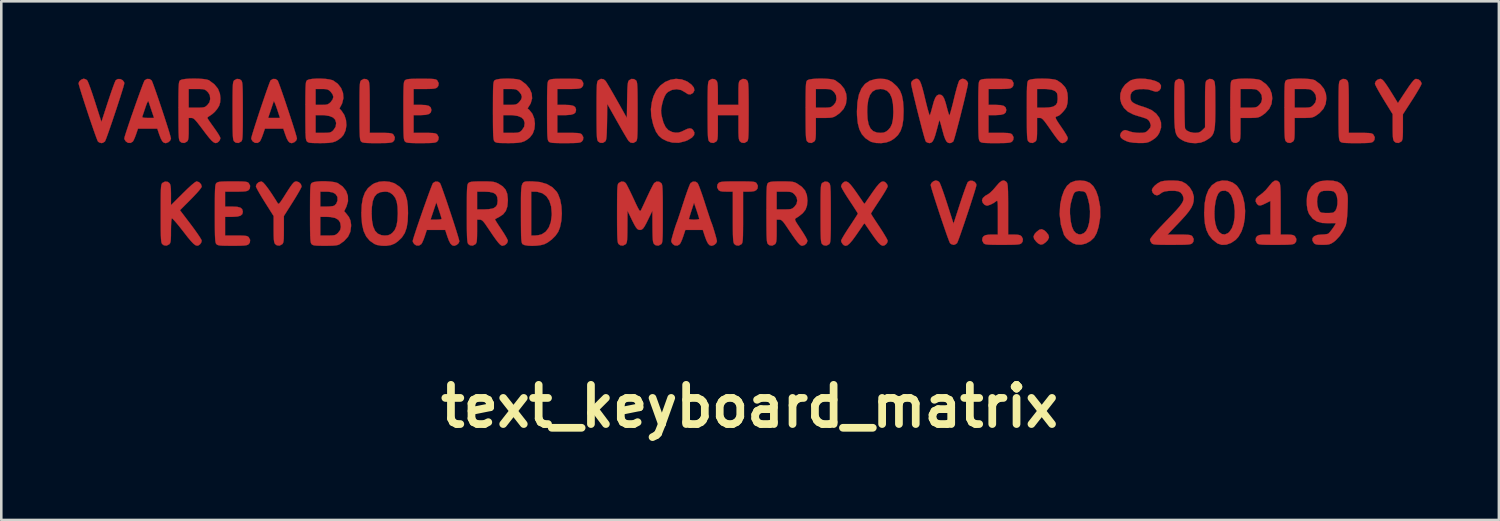
<source format=kicad_pcb>
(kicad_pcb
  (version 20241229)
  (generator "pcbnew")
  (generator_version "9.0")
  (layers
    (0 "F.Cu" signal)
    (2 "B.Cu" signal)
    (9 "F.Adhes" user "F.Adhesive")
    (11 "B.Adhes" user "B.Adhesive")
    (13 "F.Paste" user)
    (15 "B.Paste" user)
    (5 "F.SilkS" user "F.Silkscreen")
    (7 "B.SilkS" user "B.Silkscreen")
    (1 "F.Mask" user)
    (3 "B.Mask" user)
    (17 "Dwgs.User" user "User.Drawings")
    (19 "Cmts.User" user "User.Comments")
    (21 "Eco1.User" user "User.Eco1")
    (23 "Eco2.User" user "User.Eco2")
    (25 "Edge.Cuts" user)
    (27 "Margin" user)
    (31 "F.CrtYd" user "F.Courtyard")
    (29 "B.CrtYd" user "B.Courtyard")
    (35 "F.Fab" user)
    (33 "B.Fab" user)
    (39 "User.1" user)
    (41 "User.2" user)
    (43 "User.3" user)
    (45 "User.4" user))
  (footprint "text_keyboard_matrix"
    (layer "F.Cu")
    (at 26.094 12.747)
    (property "Reference" "text_keyboard_matrix" (at 0 0 0) (layer "F.SilkS") (effects (font (size 1.524 1.524) (thickness 0.3))))
    (attr through_hole)
    (fp_poly (pts (xy 11.458 -6.841) (xy 11.532 -6.775) (xy 11.619 -6.663) (xy 11.64 -6.566) (xy 11.595 -6.467) (xy 11.528 -6.393) (xy 11.416 -6.306) (xy 11.319 -6.285) (xy 11.221 -6.33) (xy 11.147 -6.397) (xy 11.06 -6.509) (xy 11.038 -6.606) (xy 11.084 -6.705) (xy 11.151 -6.778) (xy 11.262 -6.866) (xy 11.36 -6.887) (xy 11.458 -6.841)) (stroke (width 0.01) (type solid)) (fill yes) (layer "F.Cu"))
    (fp_poly (pts (xy -19.827 -12.718) (xy -19.763 -12.67) (xy -19.746 -12.644) (xy -19.733 -12.605) (xy -19.722 -12.542) (xy -19.715 -12.45) (xy -19.709 -12.32) (xy -19.706 -12.144) (xy -19.704 -11.915) (xy -19.703 -11.624) (xy -19.703 -11.478) (xy -19.703 -11.161) (xy -19.704 -10.909) (xy -19.707 -10.714) (xy -19.711 -10.567) (xy -19.717 -10.461) (xy -19.726 -10.389) (xy -19.737 -10.342) (xy -19.752 -10.311) (xy -19.77 -10.293) (xy -19.873 -10.238) (xy -19.978 -10.251) (xy -20.042 -10.299) (xy -20.059 -10.324) (xy -20.073 -10.364) (xy -20.083 -10.426) (xy -20.091 -10.519) (xy -20.096 -10.649) (xy -20.1 -10.825) (xy -20.101 -11.054) (xy -20.102 -11.345) (xy -20.102 -11.491) (xy -20.102 -11.808) (xy -20.101 -12.06) (xy -20.099 -12.255) (xy -20.095 -12.402) (xy -20.089 -12.507) (xy -20.08 -12.58) (xy -20.068 -12.627) (xy -20.053 -12.657) (xy -20.036 -12.676) (xy -19.932 -12.73) (xy -19.827 -12.718)) (stroke (width 0.01) (type solid)) (fill yes) (layer "F.Cu"))
    (fp_poly (pts (xy 3.033 -8.726) (xy 3.097 -8.678) (xy 3.114 -8.653) (xy 3.127 -8.613) (xy 3.138 -8.551) (xy 3.145 -8.459) (xy 3.151 -8.329) (xy 3.154 -8.153) (xy 3.156 -7.923) (xy 3.157 -7.633) (xy 3.157 -7.487) (xy 3.157 -7.17) (xy 3.156 -6.918) (xy 3.153 -6.722) (xy 3.149 -6.576) (xy 3.143 -6.47) (xy 3.134 -6.397) (xy 3.123 -6.35) (xy 3.108 -6.32) (xy 3.091 -6.301) (xy 2.987 -6.247) (xy 2.882 -6.26) (xy 2.818 -6.308) (xy 2.801 -6.333) (xy 2.787 -6.373) (xy 2.777 -6.435) (xy 2.769 -6.527) (xy 2.764 -6.657) (xy 2.76 -6.833) (xy 2.759 -7.063) (xy 2.758 -7.353) (xy 2.758 -7.499) (xy 2.758 -7.816) (xy 2.759 -8.068) (xy 2.761 -8.264) (xy 2.765 -8.41) (xy 2.771 -8.516) (xy 2.78 -8.589) (xy 2.792 -8.636) (xy 2.807 -8.666) (xy 2.824 -8.685) (xy 2.928 -8.739) (xy 3.033 -8.726)) (stroke (width 0.01) (type solid)) (fill yes) (layer "F.Cu"))
    (fp_poly (pts (xy -0.226 -8.744) (xy -0.049 -8.742) (xy 0.076 -8.736) (xy 0.161 -8.727) (xy 0.216 -8.714) (xy 0.25 -8.694) (xy 0.267 -8.678) (xy 0.321 -8.575) (xy 0.308 -8.47) (xy 0.26 -8.406) (xy 0.182 -8.366) (xy 0.052 -8.348) (xy -0.03 -8.346) (xy -0.254 -8.346) (xy -0.254 -7.353) (xy -0.254 -7.058) (xy -0.256 -6.826) (xy -0.258 -6.65) (xy -0.263 -6.521) (xy -0.271 -6.431) (xy -0.281 -6.371) (xy -0.296 -6.332) (xy -0.314 -6.307) (xy -0.32 -6.301) (xy -0.424 -6.247) (xy -0.529 -6.26) (xy -0.593 -6.308) (xy -0.611 -6.335) (xy -0.625 -6.377) (xy -0.636 -6.443) (xy -0.643 -6.541) (xy -0.649 -6.68) (xy -0.651 -6.867) (xy -0.653 -7.112) (xy -0.653 -7.36) (xy -0.653 -8.346) (xy -0.902 -8.346) (xy -1.048 -8.35) (xy -1.14 -8.367) (xy -1.198 -8.4) (xy -1.21 -8.412) (xy -1.264 -8.516) (xy -1.251 -8.621) (xy -1.204 -8.685) (xy -1.171 -8.706) (xy -1.119 -8.722) (xy -1.039 -8.733) (xy -0.92 -8.74) (xy -0.752 -8.744) (xy -0.523 -8.745) (xy -0.465 -8.745) (xy -0.226 -8.744)) (stroke (width 0.01) (type solid)) (fill yes) (layer "F.Cu"))
    (fp_poly (pts (xy 24.535 -12.73) (xy 24.575 -12.716) (xy 24.622 -12.679) (xy 24.68 -12.612) (xy 24.755 -12.508) (xy 24.853 -12.36) (xy 24.978 -12.16) (xy 25.058 -12.031) (xy 25.205 -11.791) (xy 25.511 -12.255) (xy 25.642 -12.449) (xy 25.743 -12.586) (xy 25.818 -12.675) (xy 25.875 -12.72) (xy 25.902 -12.73) (xy 25.999 -12.713) (xy 26.082 -12.65) (xy 26.125 -12.563) (xy 26.126 -12.546) (xy 26.107 -12.495) (xy 26.054 -12.393) (xy 25.973 -12.254) (xy 25.872 -12.087) (xy 25.763 -11.915) (xy 25.4 -11.353) (xy 25.4 -10.853) (xy 25.399 -10.649) (xy 25.395 -10.505) (xy 25.386 -10.409) (xy 25.371 -10.347) (xy 25.349 -10.308) (xy 25.334 -10.293) (xy 25.23 -10.238) (xy 25.125 -10.251) (xy 25.061 -10.299) (xy 25.036 -10.338) (xy 25.019 -10.399) (xy 25.008 -10.495) (xy 25.003 -10.637) (xy 25.001 -10.838) (xy 25.001 -10.862) (xy 25.001 -11.358) (xy 24.656 -11.917) (xy 24.545 -12.101) (xy 24.449 -12.267) (xy 24.374 -12.404) (xy 24.326 -12.502) (xy 24.311 -12.546) (xy 24.343 -12.635) (xy 24.421 -12.704) (xy 24.518 -12.731) (xy 24.535 -12.73)) (stroke (width 0.01) (type solid)) (fill yes) (layer "F.Cu"))
    (fp_poly (pts (xy -14.892 -12.718) (xy -14.828 -12.67) (xy -14.81 -12.643) (xy -14.796 -12.6) (xy -14.786 -12.534) (xy -14.778 -12.436) (xy -14.773 -12.298) (xy -14.77 -12.11) (xy -14.769 -11.866) (xy -14.768 -11.618) (xy -14.768 -10.632) (xy -14.338 -10.632) (xy -14.15 -10.63) (xy -14.021 -10.625) (xy -13.937 -10.613) (xy -13.884 -10.594) (xy -13.849 -10.565) (xy -13.849 -10.565) (xy -13.794 -10.462) (xy -13.807 -10.357) (xy -13.855 -10.293) (xy -13.891 -10.269) (xy -13.948 -10.253) (xy -14.036 -10.242) (xy -14.168 -10.235) (xy -14.355 -10.233) (xy -14.484 -10.233) (xy -14.702 -10.233) (xy -14.858 -10.237) (xy -14.965 -10.244) (xy -15.035 -10.256) (xy -15.079 -10.274) (xy -15.107 -10.299) (xy -15.124 -10.324) (xy -15.138 -10.364) (xy -15.148 -10.426) (xy -15.156 -10.519) (xy -15.161 -10.649) (xy -15.165 -10.825) (xy -15.167 -11.054) (xy -15.167 -11.345) (xy -15.167 -11.491) (xy -15.167 -11.808) (xy -15.166 -12.06) (xy -15.164 -12.255) (xy -15.16 -12.402) (xy -15.154 -12.507) (xy -15.145 -12.58) (xy -15.133 -12.627) (xy -15.118 -12.657) (xy -15.101 -12.676) (xy -14.997 -12.73) (xy -14.892 -12.718)) (stroke (width 0.01) (type solid)) (fill yes) (layer "F.Cu"))
    (fp_poly (pts (xy 23.171 -12.718) (xy 23.235 -12.67) (xy 23.253 -12.643) (xy 23.268 -12.6) (xy 23.278 -12.534) (xy 23.286 -12.436) (xy 23.291 -12.298) (xy 23.294 -12.11) (xy 23.295 -11.866) (xy 23.295 -11.618) (xy 23.295 -10.632) (xy 23.743 -10.632) (xy 23.936 -10.63) (xy 24.069 -10.625) (xy 24.156 -10.615) (xy 24.211 -10.597) (xy 24.247 -10.57) (xy 24.251 -10.565) (xy 24.306 -10.462) (xy 24.293 -10.357) (xy 24.245 -10.293) (xy 24.209 -10.269) (xy 24.154 -10.253) (xy 24.067 -10.242) (xy 23.938 -10.236) (xy 23.755 -10.233) (xy 23.598 -10.233) (xy 23.377 -10.233) (xy 23.217 -10.237) (xy 23.106 -10.243) (xy 23.034 -10.255) (xy 22.989 -10.272) (xy 22.958 -10.297) (xy 22.956 -10.299) (xy 22.939 -10.324) (xy 22.926 -10.364) (xy 22.915 -10.426) (xy 22.908 -10.519) (xy 22.902 -10.649) (xy 22.899 -10.825) (xy 22.897 -11.054) (xy 22.896 -11.345) (xy 22.896 -11.491) (xy 22.897 -11.808) (xy 22.898 -12.06) (xy 22.9 -12.255) (xy 22.904 -12.402) (xy 22.91 -12.507) (xy 22.919 -12.58) (xy 22.93 -12.627) (xy 22.946 -12.657) (xy 22.963 -12.676) (xy 23.066 -12.73) (xy 23.171 -12.718)) (stroke (width 0.01) (type solid)) (fill yes) (layer "F.Cu"))
    (fp_poly (pts (xy -17.525 -8.714) (xy -17.448 -8.641) (xy -17.417 -8.55) (xy -17.436 -8.5) (xy -17.488 -8.4) (xy -17.567 -8.262) (xy -17.666 -8.097) (xy -17.762 -7.943) (xy -18.107 -7.398) (xy -18.107 -6.88) (xy -18.108 -6.672) (xy -18.111 -6.524) (xy -18.12 -6.425) (xy -18.134 -6.361) (xy -18.155 -6.321) (xy -18.173 -6.301) (xy -18.277 -6.247) (xy -18.382 -6.26) (xy -18.446 -6.308) (xy -18.47 -6.346) (xy -18.487 -6.406) (xy -18.498 -6.5) (xy -18.504 -6.639) (xy -18.506 -6.836) (xy -18.506 -6.886) (xy -18.506 -7.398) (xy -18.85 -7.943) (xy -18.962 -8.123) (xy -19.059 -8.286) (xy -19.134 -8.421) (xy -19.182 -8.516) (xy -19.195 -8.556) (xy -19.163 -8.644) (xy -19.086 -8.713) (xy -18.99 -8.74) (xy -18.971 -8.739) (xy -18.914 -8.702) (xy -18.826 -8.606) (xy -18.712 -8.456) (xy -18.575 -8.257) (xy -18.419 -8.015) (xy -18.342 -7.89) (xy -18.32 -7.873) (xy -18.288 -7.889) (xy -18.239 -7.946) (xy -18.167 -8.051) (xy -18.075 -8.196) (xy -17.949 -8.395) (xy -17.853 -8.54) (xy -17.781 -8.639) (xy -17.725 -8.701) (xy -17.678 -8.733) (xy -17.634 -8.744) (xy -17.62 -8.745) (xy -17.525 -8.714)) (stroke (width 0.01) (type solid)) (fill yes) (layer "F.Cu"))
    (fp_poly (pts (xy -2.639 -12.71) (xy -2.428 -12.629) (xy -2.259 -12.506) (xy -2.167 -12.391) (xy -2.146 -12.285) (xy -2.195 -12.191) (xy -2.207 -12.179) (xy -2.301 -12.126) (xy -2.401 -12.138) (xy -2.509 -12.209) (xy -2.664 -12.297) (xy -2.84 -12.328) (xy -3.015 -12.303) (xy -3.171 -12.224) (xy -3.242 -12.156) (xy -3.304 -12.051) (xy -3.363 -11.897) (xy -3.396 -11.775) (xy -3.429 -11.619) (xy -3.442 -11.502) (xy -3.436 -11.392) (xy -3.415 -11.274) (xy -3.351 -11.033) (xy -3.266 -10.855) (xy -3.155 -10.735) (xy -3.012 -10.665) (xy -2.898 -10.643) (xy -2.772 -10.642) (xy -2.653 -10.677) (xy -2.565 -10.72) (xy -2.424 -10.786) (xy -2.324 -10.809) (xy -2.248 -10.788) (xy -2.201 -10.747) (xy -2.145 -10.645) (xy -2.159 -10.544) (xy -2.243 -10.446) (xy -2.395 -10.354) (xy -2.504 -10.308) (xy -2.756 -10.245) (xy -3.005 -10.253) (xy -3.216 -10.312) (xy -3.394 -10.4) (xy -3.531 -10.516) (xy -3.639 -10.673) (xy -3.726 -10.885) (xy -3.758 -10.99) (xy -3.824 -11.286) (xy -3.838 -11.556) (xy -3.801 -11.827) (xy -3.738 -12.052) (xy -3.629 -12.282) (xy -3.475 -12.468) (xy -3.289 -12.608) (xy -3.081 -12.697) (xy -2.861 -12.732) (xy -2.639 -12.71)) (stroke (width 0.01) (type solid)) (fill yes) (layer "F.Cu"))
    (fp_poly (pts (xy 20.514 -8.771) (xy 20.587 -8.715) (xy 20.605 -8.688) (xy 20.619 -8.645) (xy 20.629 -8.579) (xy 20.637 -8.481) (xy 20.642 -8.343) (xy 20.645 -8.155) (xy 20.646 -7.911) (xy 20.647 -7.662) (xy 20.647 -6.677) (xy 20.895 -6.677) (xy 21.041 -6.672) (xy 21.134 -6.655) (xy 21.192 -6.622) (xy 21.203 -6.61) (xy 21.258 -6.506) (xy 21.245 -6.401) (xy 21.197 -6.337) (xy 21.164 -6.316) (xy 21.113 -6.3) (xy 21.033 -6.289) (xy 20.914 -6.282) (xy 20.745 -6.279) (xy 20.517 -6.277) (xy 20.459 -6.277) (xy 20.22 -6.278) (xy 20.043 -6.281) (xy 19.917 -6.286) (xy 19.832 -6.295) (xy 19.778 -6.309) (xy 19.743 -6.328) (xy 19.727 -6.344) (xy 19.673 -6.448) (xy 19.685 -6.553) (xy 19.733 -6.617) (xy 19.812 -6.656) (xy 19.942 -6.675) (xy 20.023 -6.677) (xy 20.247 -6.677) (xy 20.247 -7.984) (xy 20.067 -7.893) (xy 19.936 -7.831) (xy 19.848 -7.807) (xy 19.785 -7.818) (xy 19.73 -7.864) (xy 19.727 -7.868) (xy 19.672 -7.971) (xy 19.688 -8.074) (xy 19.76 -8.154) (xy 19.935 -8.285) (xy 20.071 -8.412) (xy 20.193 -8.558) (xy 20.216 -8.588) (xy 20.327 -8.716) (xy 20.425 -8.777) (xy 20.514 -8.771)) (stroke (width 0.01) (type solid)) (fill yes) (layer "F.Cu"))
    (fp_poly (pts (xy -25.802 -12.71) (xy -25.754 -12.673) (xy -25.727 -12.621) (xy -25.682 -12.51) (xy -25.624 -12.352) (xy -25.556 -12.158) (xy -25.483 -11.937) (xy -25.449 -11.833) (xy -25.201 -11.057) (xy -24.947 -11.839) (xy -24.871 -12.067) (xy -24.8 -12.275) (xy -24.737 -12.45) (xy -24.687 -12.583) (xy -24.652 -12.662) (xy -24.643 -12.678) (xy -24.562 -12.725) (xy -24.464 -12.722) (xy -24.375 -12.678) (xy -24.319 -12.603) (xy -24.311 -12.558) (xy -24.323 -12.504) (xy -24.354 -12.392) (xy -24.403 -12.233) (xy -24.465 -12.036) (xy -24.537 -11.814) (xy -24.615 -11.574) (xy -24.697 -11.329) (xy -24.778 -11.088) (xy -24.856 -10.861) (xy -24.926 -10.659) (xy -24.986 -10.492) (xy -25.032 -10.37) (xy -25.061 -10.304) (xy -25.065 -10.296) (xy -25.143 -10.245) (xy -25.2 -10.233) (xy -25.288 -10.259) (xy -25.336 -10.296) (xy -25.358 -10.343) (xy -25.399 -10.449) (xy -25.455 -10.603) (xy -25.523 -10.796) (xy -25.599 -11.017) (xy -25.68 -11.255) (xy -25.761 -11.501) (xy -25.841 -11.744) (xy -25.915 -11.974) (xy -25.981 -12.18) (xy -26.034 -12.352) (xy -26.071 -12.48) (xy -26.088 -12.554) (xy -26.089 -12.564) (xy -26.059 -12.637) (xy -25.985 -12.702) (xy -25.898 -12.735) (xy -25.884 -12.736) (xy -25.802 -12.71)) (stroke (width 0.01) (type solid)) (fill yes) (layer "F.Cu"))
    (fp_poly (pts (xy 7.327 -8.755) (xy 7.375 -8.718) (xy 7.402 -8.666) (xy 7.447 -8.555) (xy 7.505 -8.397) (xy 7.573 -8.202) (xy 7.646 -7.982) (xy 7.68 -7.878) (xy 7.928 -7.102) (xy 8.182 -7.884) (xy 8.258 -8.112) (xy 8.329 -8.319) (xy 8.392 -8.495) (xy 8.442 -8.628) (xy 8.477 -8.707) (xy 8.486 -8.723) (xy 8.567 -8.77) (xy 8.664 -8.767) (xy 8.754 -8.723) (xy 8.81 -8.648) (xy 8.817 -8.603) (xy 8.806 -8.548) (xy 8.775 -8.437) (xy 8.726 -8.277) (xy 8.664 -8.081) (xy 8.592 -7.858) (xy 8.514 -7.619) (xy 8.432 -7.374) (xy 8.351 -7.132) (xy 8.273 -6.906) (xy 8.203 -6.703) (xy 8.143 -6.536) (xy 8.097 -6.415) (xy 8.068 -6.349) (xy 8.064 -6.341) (xy 7.986 -6.29) (xy 7.928 -6.277) (xy 7.841 -6.304) (xy 7.793 -6.341) (xy 7.771 -6.388) (xy 7.73 -6.494) (xy 7.673 -6.648) (xy 7.606 -6.841) (xy 7.53 -7.062) (xy 7.449 -7.3) (xy 7.367 -7.546) (xy 7.288 -7.789) (xy 7.213 -8.018) (xy 7.148 -8.225) (xy 7.095 -8.397) (xy 7.058 -8.525) (xy 7.041 -8.599) (xy 7.039 -8.609) (xy 7.07 -8.682) (xy 7.143 -8.747) (xy 7.231 -8.78) (xy 7.245 -8.781) (xy 7.327 -8.755)) (stroke (width 0.01) (type solid)) (fill yes) (layer "F.Cu"))
    (fp_poly (pts (xy 18.585 -8.768) (xy 18.78 -8.7) (xy 18.942 -8.58) (xy 18.946 -8.575) (xy 19.081 -8.384) (xy 19.179 -8.148) (xy 19.24 -7.882) (xy 19.265 -7.601) (xy 19.254 -7.317) (xy 19.207 -7.045) (xy 19.125 -6.798) (xy 19.007 -6.592) (xy 18.9 -6.475) (xy 18.721 -6.352) (xy 18.535 -6.285) (xy 18.356 -6.277) (xy 18.197 -6.33) (xy 18.179 -6.341) (xy 17.995 -6.486) (xy 17.857 -6.655) (xy 17.76 -6.858) (xy 17.701 -7.105) (xy 17.676 -7.406) (xy 17.674 -7.529) (xy 17.675 -7.545) (xy 18.072 -7.545) (xy 18.078 -7.326) (xy 18.105 -7.12) (xy 18.108 -7.103) (xy 18.169 -6.912) (xy 18.255 -6.776) (xy 18.359 -6.697) (xy 18.474 -6.681) (xy 18.594 -6.732) (xy 18.65 -6.779) (xy 18.749 -6.923) (xy 18.818 -7.118) (xy 18.856 -7.346) (xy 18.862 -7.591) (xy 18.836 -7.839) (xy 18.776 -8.071) (xy 18.72 -8.205) (xy 18.626 -8.325) (xy 18.502 -8.384) (xy 18.361 -8.376) (xy 18.29 -8.347) (xy 18.221 -8.273) (xy 18.162 -8.142) (xy 18.116 -7.968) (xy 18.086 -7.764) (xy 18.072 -7.545) (xy 17.675 -7.545) (xy 17.692 -7.887) (xy 17.748 -8.183) (xy 17.842 -8.419) (xy 17.974 -8.597) (xy 18.145 -8.716) (xy 18.175 -8.73) (xy 18.377 -8.779) (xy 18.585 -8.768)) (stroke (width 0.01) (type solid)) (fill yes) (layer "F.Cu"))
    (fp_poly (pts (xy -8.452 -8.745) (xy -8.145 -8.719) (xy -7.881 -8.641) (xy -7.665 -8.515) (xy -7.5 -8.342) (xy -7.448 -8.255) (xy -7.365 -8.037) (xy -7.315 -7.777) (xy -7.3 -7.496) (xy -7.318 -7.218) (xy -7.371 -6.962) (xy -7.44 -6.785) (xy -7.544 -6.635) (xy -7.691 -6.487) (xy -7.856 -6.366) (xy -7.984 -6.301) (xy -8.121 -6.266) (xy -8.285 -6.245) (xy -8.457 -6.238) (xy -8.616 -6.245) (xy -8.746 -6.267) (xy -8.825 -6.303) (xy -8.83 -6.308) (xy -8.847 -6.333) (xy -8.86 -6.373) (xy -8.871 -6.435) (xy -8.879 -6.527) (xy -8.884 -6.657) (xy -8.887 -6.833) (xy -8.889 -7.063) (xy -8.89 -7.353) (xy -8.89 -7.499) (xy -8.89 -7.833) (xy -8.89 -8.102) (xy -8.886 -8.312) (xy -8.884 -8.346) (xy -8.491 -8.346) (xy -8.491 -6.64) (xy -8.345 -6.64) (xy -8.214 -6.653) (xy -8.091 -6.685) (xy -8.08 -6.69) (xy -7.924 -6.793) (xy -7.806 -6.954) (xy -7.728 -7.166) (xy -7.694 -7.424) (xy -7.693 -7.493) (xy -7.716 -7.768) (xy -7.786 -7.993) (xy -7.899 -8.166) (xy -8.054 -8.282) (xy -8.248 -8.34) (xy -8.345 -8.346) (xy -8.491 -8.346) (xy -8.884 -8.346) (xy -8.876 -8.471) (xy -8.858 -8.586) (xy -8.829 -8.663) (xy -8.787 -8.711) (xy -8.729 -8.736) (xy -8.652 -8.745) (xy -8.555 -8.746) (xy -8.452 -8.745)) (stroke (width 0.01) (type solid)) (fill yes) (layer "F.Cu"))
    (fp_poly (pts (xy -12.116 -8.733) (xy -12.039 -8.681) (xy -12.016 -8.634) (xy -11.975 -8.529) (xy -11.919 -8.374) (xy -11.851 -8.181) (xy -11.775 -7.961) (xy -11.695 -7.722) (xy -11.613 -7.476) (xy -11.533 -7.234) (xy -11.459 -7.004) (xy -11.394 -6.798) (xy -11.341 -6.625) (xy -11.304 -6.497) (xy -11.286 -6.423) (xy -11.285 -6.413) (xy -11.316 -6.34) (xy -11.389 -6.275) (xy -11.477 -6.242) (xy -11.491 -6.241) (xy -11.566 -6.261) (xy -11.632 -6.328) (xy -11.695 -6.45) (xy -11.755 -6.613) (xy -11.835 -6.858) (xy -12.549 -6.858) (xy -12.629 -6.613) (xy -12.677 -6.481) (xy -12.726 -6.37) (xy -12.765 -6.305) (xy -12.855 -6.249) (xy -12.959 -6.254) (xy -13.039 -6.308) (xy -13.086 -6.378) (xy -13.099 -6.423) (xy -13.087 -6.476) (xy -13.054 -6.587) (xy -13.003 -6.745) (xy -12.939 -6.94) (xy -12.863 -7.162) (xy -12.83 -7.257) (xy -12.405 -7.257) (xy -12.189 -7.257) (xy -12.075 -7.262) (xy -11.997 -7.273) (xy -11.974 -7.286) (xy -11.985 -7.331) (xy -12.014 -7.428) (xy -12.056 -7.558) (xy -12.077 -7.621) (xy -12.18 -7.927) (xy -12.405 -7.257) (xy -12.83 -7.257) (xy -12.781 -7.4) (xy -12.696 -7.645) (xy -12.61 -7.886) (xy -12.529 -8.113) (xy -12.455 -8.315) (xy -12.392 -8.483) (xy -12.344 -8.605) (xy -12.314 -8.673) (xy -12.308 -8.681) (xy -12.219 -8.737) (xy -12.116 -8.733)) (stroke (width 0.01) (type solid)) (fill yes) (layer "F.Cu"))
    (fp_poly (pts (xy 5.262 -12.724) (xy 5.412 -12.681) (xy 5.553 -12.596) (xy 5.703 -12.46) (xy 5.74 -12.423) (xy 5.845 -12.278) (xy 5.92 -12.093) (xy 5.966 -11.859) (xy 5.986 -11.568) (xy 5.987 -11.466) (xy 5.976 -11.157) (xy 5.938 -10.908) (xy 5.87 -10.707) (xy 5.767 -10.545) (xy 5.624 -10.411) (xy 5.484 -10.321) (xy 5.318 -10.26) (xy 5.12 -10.232) (xy 4.917 -10.238) (xy 4.739 -10.278) (xy 4.681 -10.304) (xy 4.501 -10.425) (xy 4.364 -10.578) (xy 4.267 -10.77) (xy 4.205 -11.01) (xy 4.176 -11.305) (xy 4.173 -11.454) (xy 4.573 -11.454) (xy 4.586 -11.175) (xy 4.627 -10.96) (xy 4.699 -10.803) (xy 4.805 -10.699) (xy 4.947 -10.644) (xy 5.084 -10.632) (xy 5.212 -10.642) (xy 5.31 -10.684) (xy 5.383 -10.741) (xy 5.474 -10.846) (xy 5.536 -10.982) (xy 5.573 -11.161) (xy 5.587 -11.395) (xy 5.588 -11.461) (xy 5.574 -11.755) (xy 5.529 -11.986) (xy 5.452 -12.156) (xy 5.342 -12.268) (xy 5.196 -12.327) (xy 5.08 -12.337) (xy 4.91 -12.312) (xy 4.776 -12.236) (xy 4.678 -12.105) (xy 4.613 -11.915) (xy 4.579 -11.665) (xy 4.573 -11.454) (xy 4.173 -11.454) (xy 4.173 -11.472) (xy 4.192 -11.828) (xy 4.25 -12.122) (xy 4.349 -12.358) (xy 4.488 -12.536) (xy 4.669 -12.657) (xy 4.892 -12.723) (xy 5.079 -12.736) (xy 5.262 -12.724)) (stroke (width 0.01) (type solid)) (fill yes) (layer "F.Cu"))
    (fp_poly (pts (xy 13.055 -8.759) (xy 13.226 -8.687) (xy 13.362 -8.561) (xy 13.471 -8.375) (xy 13.551 -8.151) (xy 13.629 -7.758) (xy 13.635 -7.366) (xy 13.568 -6.975) (xy 13.491 -6.731) (xy 13.394 -6.561) (xy 13.25 -6.425) (xy 13.077 -6.33) (xy 12.889 -6.283) (xy 12.703 -6.291) (xy 12.573 -6.338) (xy 12.432 -6.431) (xy 12.31 -6.545) (xy 12.228 -6.659) (xy 12.22 -6.677) (xy 12.102 -7.06) (xy 12.054 -7.455) (xy 12.056 -7.504) (xy 12.455 -7.504) (xy 12.458 -7.457) (xy 12.485 -7.191) (xy 12.534 -6.978) (xy 12.602 -6.825) (xy 12.687 -6.736) (xy 12.692 -6.733) (xy 12.797 -6.687) (xy 12.883 -6.687) (xy 12.99 -6.731) (xy 12.991 -6.731) (xy 13.08 -6.815) (xy 13.151 -6.956) (xy 13.201 -7.14) (xy 13.23 -7.355) (xy 13.234 -7.586) (xy 13.212 -7.82) (xy 13.165 -8.036) (xy 13.121 -8.18) (xy 13.086 -8.269) (xy 13.049 -8.319) (xy 13 -8.347) (xy 12.963 -8.359) (xy 12.805 -8.373) (xy 12.727 -8.359) (xy 12.667 -8.337) (xy 12.625 -8.301) (xy 12.589 -8.236) (xy 12.552 -8.125) (xy 12.525 -8.036) (xy 12.477 -7.848) (xy 12.456 -7.684) (xy 12.455 -7.504) (xy 12.056 -7.504) (xy 12.075 -7.851) (xy 12.14 -8.151) (xy 12.229 -8.396) (xy 12.341 -8.576) (xy 12.48 -8.697) (xy 12.654 -8.763) (xy 12.845 -8.781) (xy 13.055 -8.759)) (stroke (width 0.01) (type solid)) (fill yes) (layer "F.Cu"))
    (fp_poly (pts (xy -18.429 -12.724) (xy -18.353 -12.673) (xy -18.33 -12.626) (xy -18.288 -12.52) (xy -18.232 -12.365) (xy -18.164 -12.172) (xy -18.088 -11.951) (xy -18.008 -11.713) (xy -17.926 -11.467) (xy -17.846 -11.224) (xy -17.772 -10.995) (xy -17.707 -10.789) (xy -17.654 -10.617) (xy -17.617 -10.489) (xy -17.6 -10.416) (xy -17.599 -10.407) (xy -17.629 -10.332) (xy -17.703 -10.266) (xy -17.793 -10.233) (xy -17.806 -10.233) (xy -17.877 -10.25) (xy -17.939 -10.31) (xy -17.999 -10.422) (xy -18.055 -10.573) (xy -18.131 -10.795) (xy -18.844 -10.795) (xy -18.92 -10.573) (xy -18.967 -10.447) (xy -19.014 -10.343) (xy -19.045 -10.292) (xy -19.131 -10.24) (xy -19.232 -10.244) (xy -19.317 -10.299) (xy -19.363 -10.369) (xy -19.377 -10.413) (xy -19.365 -10.468) (xy -19.334 -10.58) (xy -19.285 -10.739) (xy -19.223 -10.935) (xy -19.151 -11.158) (xy -19.133 -11.212) (xy -18.719 -11.212) (xy -18.258 -11.212) (xy -18.372 -11.559) (xy -18.421 -11.698) (xy -18.462 -11.801) (xy -18.491 -11.856) (xy -18.502 -11.858) (xy -18.52 -11.804) (xy -18.555 -11.7) (xy -18.6 -11.565) (xy -18.618 -11.512) (xy -18.719 -11.212) (xy -19.133 -11.212) (xy -19.073 -11.398) (xy -18.991 -11.643) (xy -18.909 -11.884) (xy -18.832 -12.111) (xy -18.761 -12.313) (xy -18.701 -12.479) (xy -18.656 -12.6) (xy -18.627 -12.666) (xy -18.623 -12.673) (xy -18.532 -12.728) (xy -18.429 -12.724)) (stroke (width 0.01) (type solid)) (fill yes) (layer "F.Cu"))
    (fp_poly (pts (xy -13.996 -8.729) (xy -13.815 -8.672) (xy -13.784 -8.656) (xy -13.608 -8.538) (xy -13.474 -8.399) (xy -13.38 -8.229) (xy -13.319 -8.018) (xy -13.287 -7.756) (xy -13.281 -7.511) (xy -13.293 -7.2) (xy -13.333 -6.946) (xy -13.406 -6.738) (xy -13.517 -6.566) (xy -13.67 -6.418) (xy -13.797 -6.328) (xy -13.939 -6.27) (xy -14.121 -6.241) (xy -14.314 -6.242) (xy -14.492 -6.274) (xy -14.587 -6.312) (xy -14.768 -6.438) (xy -14.907 -6.603) (xy -15.006 -6.813) (xy -15.067 -7.074) (xy -15.093 -7.392) (xy -15.095 -7.505) (xy -15.094 -7.523) (xy -14.695 -7.523) (xy -14.681 -7.228) (xy -14.638 -6.997) (xy -14.563 -6.826) (xy -14.454 -6.712) (xy -14.309 -6.652) (xy -14.188 -6.64) (xy -14.059 -6.65) (xy -13.963 -6.689) (xy -13.887 -6.747) (xy -13.795 -6.859) (xy -13.731 -7.012) (xy -13.694 -7.215) (xy -13.68 -7.478) (xy -13.68 -7.516) (xy -13.689 -7.765) (xy -13.72 -7.956) (xy -13.776 -8.102) (xy -13.86 -8.213) (xy -13.885 -8.237) (xy -13.984 -8.309) (xy -14.086 -8.341) (xy -14.184 -8.346) (xy -14.356 -8.325) (xy -14.49 -8.259) (xy -14.588 -8.144) (xy -14.652 -7.974) (xy -14.687 -7.745) (xy -14.695 -7.523) (xy -15.094 -7.523) (xy -15.081 -7.831) (xy -15.035 -8.097) (xy -14.956 -8.311) (xy -14.839 -8.482) (xy -14.68 -8.616) (xy -14.579 -8.675) (xy -14.407 -8.731) (xy -14.204 -8.749) (xy -13.996 -8.729)) (stroke (width 0.01) (type solid)) (fill yes) (layer "F.Cu"))
    (fp_poly (pts (xy 9.96 -8.745) (xy 9.991 -8.715) (xy 10.009 -8.688) (xy 10.023 -8.645) (xy 10.034 -8.579) (xy 10.041 -8.481) (xy 10.047 -8.343) (xy 10.049 -8.155) (xy 10.051 -7.911) (xy 10.051 -7.662) (xy 10.051 -6.677) (xy 10.281 -6.677) (xy 10.424 -6.671) (xy 10.514 -6.651) (xy 10.57 -6.612) (xy 10.572 -6.61) (xy 10.626 -6.506) (xy 10.613 -6.401) (xy 10.565 -6.337) (xy 10.532 -6.316) (xy 10.481 -6.3) (xy 10.401 -6.289) (xy 10.282 -6.282) (xy 10.113 -6.279) (xy 9.885 -6.277) (xy 9.827 -6.277) (xy 9.588 -6.278) (xy 9.411 -6.281) (xy 9.285 -6.286) (xy 9.201 -6.295) (xy 9.146 -6.309) (xy 9.112 -6.328) (xy 9.095 -6.344) (xy 9.041 -6.448) (xy 9.054 -6.553) (xy 9.101 -6.617) (xy 9.172 -6.654) (xy 9.289 -6.673) (xy 9.41 -6.677) (xy 9.652 -6.677) (xy 9.652 -7.353) (xy 9.652 -7.59) (xy 9.65 -7.762) (xy 9.646 -7.88) (xy 9.639 -7.952) (xy 9.628 -7.986) (xy 9.613 -7.991) (xy 9.591 -7.977) (xy 9.588 -7.975) (xy 9.488 -7.904) (xy 9.369 -7.843) (xy 9.262 -7.806) (xy 9.224 -7.801) (xy 9.137 -7.833) (xy 9.066 -7.909) (xy 9.035 -8.004) (xy 9.035 -8.007) (xy 9.066 -8.096) (xy 9.16 -8.182) (xy 9.276 -8.249) (xy 9.352 -8.305) (xy 9.452 -8.401) (xy 9.556 -8.519) (xy 9.576 -8.544) (xy 9.698 -8.685) (xy 9.798 -8.763) (xy 9.883 -8.782) (xy 9.96 -8.745)) (stroke (width 0.01) (type solid)) (fill yes) (layer "F.Cu"))
    (fp_poly (pts (xy -23.328 -12.724) (xy -23.251 -12.673) (xy -23.228 -12.626) (xy -23.187 -12.52) (xy -23.131 -12.365) (xy -23.063 -12.172) (xy -22.987 -11.951) (xy -22.906 -11.713) (xy -22.824 -11.467) (xy -22.744 -11.224) (xy -22.67 -10.995) (xy -22.605 -10.789) (xy -22.552 -10.617) (xy -22.516 -10.489) (xy -22.498 -10.416) (xy -22.497 -10.407) (xy -22.528 -10.332) (xy -22.602 -10.266) (xy -22.691 -10.233) (xy -22.704 -10.233) (xy -22.776 -10.25) (xy -22.838 -10.31) (xy -22.897 -10.422) (xy -22.954 -10.573) (xy -23.029 -10.795) (xy -23.779 -10.795) (xy -23.855 -10.573) (xy -23.902 -10.447) (xy -23.949 -10.343) (xy -23.98 -10.292) (xy -24.066 -10.24) (xy -24.167 -10.244) (xy -24.251 -10.299) (xy -24.298 -10.369) (xy -24.311 -10.414) (xy -24.3 -10.467) (xy -24.267 -10.578) (xy -24.216 -10.736) (xy -24.151 -10.931) (xy -24.076 -11.153) (xy -24.04 -11.258) (xy -23.613 -11.258) (xy -23.601 -11.232) (xy -23.537 -11.217) (xy -23.41 -11.212) (xy -23.392 -11.212) (xy -23.155 -11.212) (xy -23.256 -11.512) (xy -23.304 -11.654) (xy -23.344 -11.774) (xy -23.37 -11.852) (xy -23.374 -11.865) (xy -23.392 -11.858) (xy -23.426 -11.794) (xy -23.469 -11.684) (xy -23.494 -11.611) (xy -23.542 -11.468) (xy -23.582 -11.349) (xy -23.608 -11.273) (xy -23.613 -11.258) (xy -24.04 -11.258) (xy -23.993 -11.392) (xy -23.908 -11.636) (xy -23.823 -11.877) (xy -23.741 -12.104) (xy -23.667 -12.306) (xy -23.604 -12.474) (xy -23.556 -12.597) (xy -23.526 -12.664) (xy -23.521 -12.673) (xy -23.431 -12.728) (xy -23.328 -12.724)) (stroke (width 0.01) (type solid)) (fill yes) (layer "F.Cu"))
    (fp_poly (pts (xy 2.961 -12.737) (xy 3.126 -12.724) (xy 3.257 -12.702) (xy 3.33 -12.675) (xy 3.538 -12.519) (xy 3.678 -12.347) (xy 3.755 -12.152) (xy 3.774 -11.974) (xy 3.745 -11.754) (xy 3.657 -11.565) (xy 3.504 -11.399) (xy 3.366 -11.299) (xy 3.289 -11.256) (xy 3.209 -11.23) (xy 3.104 -11.217) (xy 2.953 -11.212) (xy 2.904 -11.212) (xy 2.576 -11.212) (xy 2.576 -10.782) (xy 2.575 -10.594) (xy 2.569 -10.465) (xy 2.558 -10.381) (xy 2.539 -10.328) (xy 2.51 -10.293) (xy 2.51 -10.293) (xy 2.406 -10.238) (xy 2.301 -10.251) (xy 2.237 -10.299) (xy 2.22 -10.324) (xy 2.207 -10.364) (xy 2.196 -10.426) (xy 2.189 -10.519) (xy 2.183 -10.649) (xy 2.18 -10.825) (xy 2.178 -11.054) (xy 2.177 -11.345) (xy 2.177 -11.491) (xy 2.177 -11.808) (xy 2.178 -12.06) (xy 2.181 -12.255) (xy 2.183 -12.337) (xy 2.576 -12.337) (xy 2.576 -11.611) (xy 2.869 -11.611) (xy 3.018 -11.613) (xy 3.114 -11.622) (xy 3.18 -11.644) (xy 3.234 -11.685) (xy 3.269 -11.717) (xy 3.345 -11.816) (xy 3.373 -11.925) (xy 3.375 -11.974) (xy 3.359 -12.098) (xy 3.302 -12.195) (xy 3.269 -12.231) (xy 3.21 -12.284) (xy 3.153 -12.316) (xy 3.077 -12.331) (xy 2.96 -12.337) (xy 2.869 -12.337) (xy 2.576 -12.337) (xy 2.183 -12.337) (xy 2.185 -12.402) (xy 2.191 -12.507) (xy 2.2 -12.58) (xy 2.211 -12.627) (xy 2.226 -12.657) (xy 2.244 -12.676) (xy 2.314 -12.706) (xy 2.438 -12.726) (xy 2.6 -12.739) (xy 2.78 -12.742) (xy 2.961 -12.737)) (stroke (width 0.01) (type solid)) (fill yes) (layer "F.Cu"))
    (fp_poly (pts (xy 19.476 -12.738) (xy 19.646 -12.726) (xy 19.784 -12.706) (xy 19.872 -12.678) (xy 19.877 -12.675) (xy 20.085 -12.519) (xy 20.225 -12.347) (xy 20.301 -12.152) (xy 20.32 -11.974) (xy 20.291 -11.754) (xy 20.203 -11.565) (xy 20.05 -11.399) (xy 19.913 -11.299) (xy 19.838 -11.257) (xy 19.761 -11.231) (xy 19.661 -11.218) (xy 19.519 -11.213) (xy 19.432 -11.212) (xy 19.086 -11.212) (xy 19.086 -10.782) (xy 19.085 -10.594) (xy 19.079 -10.465) (xy 19.068 -10.381) (xy 19.049 -10.328) (xy 19.02 -10.293) (xy 19.02 -10.293) (xy 18.916 -10.238) (xy 18.811 -10.251) (xy 18.747 -10.299) (xy 18.73 -10.324) (xy 18.717 -10.364) (xy 18.706 -10.426) (xy 18.699 -10.519) (xy 18.693 -10.649) (xy 18.69 -10.825) (xy 18.688 -11.054) (xy 18.687 -11.345) (xy 18.687 -11.491) (xy 18.687 -11.808) (xy 18.688 -12.06) (xy 18.691 -12.255) (xy 18.693 -12.337) (xy 19.086 -12.337) (xy 19.086 -11.611) (xy 19.398 -11.611) (xy 19.551 -11.613) (xy 19.651 -11.621) (xy 19.718 -11.64) (xy 19.771 -11.676) (xy 19.815 -11.717) (xy 19.891 -11.816) (xy 19.919 -11.925) (xy 19.921 -11.974) (xy 19.906 -12.098) (xy 19.848 -12.195) (xy 19.815 -12.231) (xy 19.759 -12.283) (xy 19.704 -12.314) (xy 19.631 -12.33) (xy 19.52 -12.336) (xy 19.398 -12.337) (xy 19.086 -12.337) (xy 18.693 -12.337) (xy 18.695 -12.402) (xy 18.701 -12.507) (xy 18.71 -12.58) (xy 18.721 -12.627) (xy 18.736 -12.657) (xy 18.753 -12.676) (xy 18.823 -12.705) (xy 18.947 -12.726) (xy 19.109 -12.738) (xy 19.291 -12.742) (xy 19.476 -12.738)) (stroke (width 0.01) (type solid)) (fill yes) (layer "F.Cu"))
    (fp_poly (pts (xy 21.58 -12.738) (xy 21.75 -12.726) (xy 21.888 -12.706) (xy 21.977 -12.678) (xy 21.981 -12.675) (xy 22.189 -12.519) (xy 22.329 -12.347) (xy 22.406 -12.152) (xy 22.425 -11.974) (xy 22.396 -11.754) (xy 22.307 -11.565) (xy 22.154 -11.399) (xy 22.017 -11.299) (xy 21.943 -11.257) (xy 21.866 -11.231) (xy 21.766 -11.218) (xy 21.623 -11.213) (xy 21.536 -11.212) (xy 21.191 -11.212) (xy 21.191 -10.782) (xy 21.189 -10.594) (xy 21.184 -10.465) (xy 21.173 -10.381) (xy 21.153 -10.328) (xy 21.125 -10.293) (xy 21.125 -10.293) (xy 21.021 -10.238) (xy 20.916 -10.251) (xy 20.852 -10.299) (xy 20.835 -10.324) (xy 20.821 -10.364) (xy 20.811 -10.426) (xy 20.803 -10.519) (xy 20.798 -10.649) (xy 20.794 -10.825) (xy 20.793 -11.054) (xy 20.792 -11.345) (xy 20.792 -11.491) (xy 20.792 -11.808) (xy 20.793 -12.06) (xy 20.795 -12.255) (xy 20.798 -12.337) (xy 21.191 -12.337) (xy 21.191 -11.611) (xy 21.502 -11.611) (xy 21.655 -11.613) (xy 21.755 -11.621) (xy 21.822 -11.64) (xy 21.876 -11.676) (xy 21.919 -11.717) (xy 21.996 -11.816) (xy 22.024 -11.925) (xy 22.025 -11.974) (xy 22.01 -12.098) (xy 21.953 -12.195) (xy 21.919 -12.231) (xy 21.863 -12.283) (xy 21.808 -12.314) (xy 21.736 -12.33) (xy 21.625 -12.336) (xy 21.502 -12.337) (xy 21.191 -12.337) (xy 20.798 -12.337) (xy 20.799 -12.402) (xy 20.805 -12.507) (xy 20.814 -12.58) (xy 20.826 -12.627) (xy 20.841 -12.657) (xy 20.858 -12.676) (xy 20.928 -12.705) (xy 21.052 -12.726) (xy 21.214 -12.738) (xy 21.396 -12.742) (xy 21.58 -12.738)) (stroke (width 0.01) (type solid)) (fill yes) (layer "F.Cu"))
    (fp_poly (pts (xy -19.879 -8.744) (xy -19.722 -8.741) (xy -19.615 -8.734) (xy -19.546 -8.721) (xy -19.502 -8.703) (xy -19.473 -8.678) (xy -19.419 -8.575) (xy -19.431 -8.47) (xy -19.479 -8.406) (xy -19.523 -8.379) (xy -19.591 -8.361) (xy -19.697 -8.351) (xy -19.855 -8.346) (xy -19.969 -8.346) (xy -20.393 -8.346) (xy -20.393 -7.765) (xy -20.108 -7.765) (xy -19.923 -7.756) (xy -19.8 -7.725) (xy -19.73 -7.667) (xy -19.704 -7.579) (xy -19.703 -7.559) (xy -19.725 -7.47) (xy -19.795 -7.41) (xy -19.92 -7.377) (xy -20.108 -7.366) (xy -20.114 -7.366) (xy -20.393 -7.366) (xy -20.393 -6.64) (xy -19.963 -6.64) (xy -19.775 -6.639) (xy -19.645 -6.633) (xy -19.561 -6.622) (xy -19.508 -6.603) (xy -19.473 -6.574) (xy -19.473 -6.574) (xy -19.419 -6.47) (xy -19.431 -6.365) (xy -19.479 -6.301) (xy -19.516 -6.278) (xy -19.572 -6.261) (xy -19.661 -6.25) (xy -19.792 -6.244) (xy -19.979 -6.241) (xy -20.109 -6.241) (xy -20.326 -6.242) (xy -20.482 -6.245) (xy -20.589 -6.252) (xy -20.659 -6.265) (xy -20.703 -6.283) (xy -20.732 -6.308) (xy -20.749 -6.333) (xy -20.762 -6.373) (xy -20.773 -6.435) (xy -20.78 -6.527) (xy -20.786 -6.657) (xy -20.789 -6.833) (xy -20.791 -7.063) (xy -20.792 -7.353) (xy -20.792 -7.499) (xy -20.791 -7.816) (xy -20.79 -8.068) (xy -20.788 -8.264) (xy -20.784 -8.41) (xy -20.778 -8.516) (xy -20.769 -8.589) (xy -20.758 -8.636) (xy -20.742 -8.666) (xy -20.725 -8.685) (xy -20.689 -8.708) (xy -20.632 -8.725) (xy -20.544 -8.736) (xy -20.412 -8.742) (xy -20.226 -8.745) (xy -20.096 -8.745) (xy -19.879 -8.744)) (stroke (width 0.01) (type solid)) (fill yes) (layer "F.Cu"))
    (fp_poly (pts (xy -12.549 -12.735) (xy -12.393 -12.732) (xy -12.286 -12.725) (xy -12.216 -12.713) (xy -12.172 -12.694) (xy -12.143 -12.67) (xy -12.089 -12.566) (xy -12.102 -12.461) (xy -12.149 -12.397) (xy -12.193 -12.37) (xy -12.261 -12.352) (xy -12.367 -12.342) (xy -12.525 -12.338) (xy -12.639 -12.337) (xy -13.063 -12.337) (xy -13.063 -11.72) (xy -12.778 -11.72) (xy -12.593 -11.711) (xy -12.47 -11.68) (xy -12.4 -11.622) (xy -12.374 -11.535) (xy -12.373 -11.514) (xy -12.395 -11.425) (xy -12.465 -11.365) (xy -12.591 -11.332) (xy -12.778 -11.321) (xy -12.784 -11.321) (xy -13.063 -11.321) (xy -13.063 -10.632) (xy -12.633 -10.632) (xy -12.445 -10.63) (xy -12.316 -10.625) (xy -12.231 -10.613) (xy -12.179 -10.594) (xy -12.143 -10.565) (xy -12.143 -10.565) (xy -12.089 -10.462) (xy -12.102 -10.357) (xy -12.149 -10.293) (xy -12.186 -10.269) (xy -12.243 -10.253) (xy -12.331 -10.242) (xy -12.463 -10.235) (xy -12.649 -10.233) (xy -12.779 -10.233) (xy -12.996 -10.233) (xy -13.152 -10.237) (xy -13.26 -10.244) (xy -13.329 -10.256) (xy -13.373 -10.274) (xy -13.402 -10.299) (xy -13.419 -10.324) (xy -13.432 -10.364) (xy -13.443 -10.426) (xy -13.451 -10.519) (xy -13.456 -10.649) (xy -13.459 -10.825) (xy -13.461 -11.054) (xy -13.462 -11.345) (xy -13.462 -11.491) (xy -13.462 -11.808) (xy -13.461 -12.06) (xy -13.458 -12.255) (xy -13.454 -12.402) (xy -13.448 -12.507) (xy -13.44 -12.58) (xy -13.428 -12.627) (xy -13.413 -12.657) (xy -13.396 -12.676) (xy -13.359 -12.7) (xy -13.303 -12.716) (xy -13.214 -12.727) (xy -13.082 -12.733) (xy -12.896 -12.736) (xy -12.766 -12.736) (xy -12.549 -12.735)) (stroke (width 0.01) (type solid)) (fill yes) (layer "F.Cu"))
    (fp_poly (pts (xy 9.803 -12.735) (xy 9.959 -12.732) (xy 10.066 -12.725) (xy 10.136 -12.713) (xy 10.18 -12.694) (xy 10.209 -12.67) (xy 10.263 -12.566) (xy 10.25 -12.461) (xy 10.203 -12.397) (xy 10.159 -12.37) (xy 10.091 -12.352) (xy 9.985 -12.342) (xy 9.827 -12.338) (xy 9.713 -12.337) (xy 9.289 -12.337) (xy 9.289 -11.72) (xy 9.574 -11.72) (xy 9.759 -11.711) (xy 9.882 -11.68) (xy 9.952 -11.622) (xy 9.978 -11.535) (xy 9.979 -11.514) (xy 9.957 -11.425) (xy 9.887 -11.365) (xy 9.761 -11.332) (xy 9.574 -11.321) (xy 9.568 -11.321) (xy 9.289 -11.321) (xy 9.289 -10.632) (xy 9.719 -10.632) (xy 9.907 -10.63) (xy 10.036 -10.625) (xy 10.121 -10.613) (xy 10.173 -10.594) (xy 10.209 -10.565) (xy 10.209 -10.565) (xy 10.263 -10.462) (xy 10.25 -10.357) (xy 10.203 -10.293) (xy 10.166 -10.269) (xy 10.109 -10.253) (xy 10.021 -10.242) (xy 9.889 -10.235) (xy 9.703 -10.233) (xy 9.573 -10.233) (xy 9.356 -10.233) (xy 9.2 -10.237) (xy 9.092 -10.244) (xy 9.023 -10.256) (xy 8.979 -10.274) (xy 8.95 -10.299) (xy 8.933 -10.324) (xy 8.92 -10.364) (xy 8.909 -10.426) (xy 8.901 -10.519) (xy 8.896 -10.649) (xy 8.893 -10.825) (xy 8.891 -11.054) (xy 8.89 -11.345) (xy 8.89 -11.491) (xy 8.89 -11.808) (xy 8.891 -12.06) (xy 8.894 -12.255) (xy 8.898 -12.402) (xy 8.904 -12.507) (xy 8.912 -12.58) (xy 8.924 -12.627) (xy 8.939 -12.657) (xy 8.956 -12.676) (xy 8.993 -12.7) (xy 9.049 -12.716) (xy 9.138 -12.727) (xy 9.27 -12.733) (xy 9.456 -12.736) (xy 9.586 -12.736) (xy 9.803 -12.735)) (stroke (width 0.01) (type solid)) (fill yes) (layer "F.Cu"))
    (fp_poly (pts (xy -0.16 -12.718) (xy -0.096 -12.67) (xy -0.079 -12.644) (xy -0.066 -12.605) (xy -0.055 -12.542) (xy -0.048 -12.45) (xy -0.042 -12.32) (xy -0.039 -12.144) (xy -0.037 -11.915) (xy -0.036 -11.624) (xy -0.036 -11.478) (xy -0.037 -11.161) (xy -0.038 -10.909) (xy -0.04 -10.714) (xy -0.044 -10.567) (xy -0.05 -10.461) (xy -0.059 -10.389) (xy -0.07 -10.342) (xy -0.086 -10.311) (xy -0.103 -10.293) (xy -0.206 -10.238) (xy -0.311 -10.251) (xy -0.375 -10.299) (xy -0.401 -10.339) (xy -0.418 -10.402) (xy -0.429 -10.5) (xy -0.434 -10.645) (xy -0.435 -10.843) (xy -0.435 -11.321) (xy -1.234 -11.321) (xy -1.234 -10.837) (xy -1.235 -10.637) (xy -1.239 -10.496) (xy -1.248 -10.402) (xy -1.264 -10.343) (xy -1.288 -10.305) (xy -1.3 -10.293) (xy -1.404 -10.238) (xy -1.509 -10.251) (xy -1.573 -10.299) (xy -1.59 -10.324) (xy -1.603 -10.364) (xy -1.614 -10.426) (xy -1.621 -10.519) (xy -1.627 -10.649) (xy -1.63 -10.825) (xy -1.632 -11.054) (xy -1.633 -11.345) (xy -1.633 -11.491) (xy -1.633 -11.808) (xy -1.632 -12.06) (xy -1.629 -12.255) (xy -1.625 -12.402) (xy -1.619 -12.507) (xy -1.61 -12.58) (xy -1.599 -12.627) (xy -1.584 -12.657) (xy -1.567 -12.676) (xy -1.463 -12.73) (xy -1.358 -12.718) (xy -1.294 -12.67) (xy -1.267 -12.628) (xy -1.25 -12.562) (xy -1.239 -12.458) (xy -1.235 -12.305) (xy -1.234 -12.162) (xy -1.234 -11.72) (xy -0.435 -11.72) (xy -0.435 -12.168) (xy -0.434 -12.36) (xy -0.429 -12.494) (xy -0.418 -12.581) (xy -0.401 -12.636) (xy -0.374 -12.672) (xy -0.369 -12.676) (xy -0.265 -12.73) (xy -0.16 -12.718)) (stroke (width 0.01) (type solid)) (fill yes) (layer "F.Cu"))
    (fp_poly (pts (xy -6.939 -12.735) (xy -6.779 -12.732) (xy -6.669 -12.726) (xy -6.597 -12.714) (xy -6.551 -12.697) (xy -6.521 -12.672) (xy -6.519 -12.67) (xy -6.465 -12.566) (xy -6.477 -12.461) (xy -6.525 -12.397) (xy -6.567 -12.371) (xy -6.634 -12.353) (xy -6.737 -12.343) (xy -6.89 -12.338) (xy -7.033 -12.337) (xy -7.475 -12.337) (xy -7.475 -11.72) (xy -7.172 -11.72) (xy -6.983 -11.712) (xy -6.856 -11.684) (xy -6.782 -11.633) (xy -6.751 -11.553) (xy -6.749 -11.514) (xy -6.769 -11.427) (xy -6.834 -11.369) (xy -6.952 -11.335) (xy -7.131 -11.322) (xy -7.178 -11.321) (xy -7.475 -11.321) (xy -7.475 -10.632) (xy -7.027 -10.632) (xy -6.835 -10.63) (xy -6.702 -10.625) (xy -6.614 -10.615) (xy -6.559 -10.597) (xy -6.523 -10.57) (xy -6.519 -10.565) (xy -6.465 -10.462) (xy -6.477 -10.357) (xy -6.525 -10.293) (xy -6.561 -10.269) (xy -6.617 -10.253) (xy -6.703 -10.242) (xy -6.833 -10.236) (xy -7.016 -10.233) (xy -7.173 -10.233) (xy -7.394 -10.233) (xy -7.554 -10.237) (xy -7.664 -10.243) (xy -7.736 -10.255) (xy -7.782 -10.272) (xy -7.812 -10.297) (xy -7.814 -10.299) (xy -7.831 -10.324) (xy -7.844 -10.364) (xy -7.855 -10.426) (xy -7.863 -10.519) (xy -7.868 -10.649) (xy -7.871 -10.825) (xy -7.873 -11.054) (xy -7.874 -11.345) (xy -7.874 -11.491) (xy -7.874 -11.808) (xy -7.873 -12.06) (xy -7.87 -12.255) (xy -7.866 -12.402) (xy -7.86 -12.507) (xy -7.852 -12.58) (xy -7.84 -12.627) (xy -7.825 -12.657) (xy -7.808 -12.676) (xy -7.772 -12.699) (xy -7.716 -12.716) (xy -7.629 -12.727) (xy -7.5 -12.733) (xy -7.317 -12.736) (xy -7.16 -12.736) (xy -6.939 -12.735)) (stroke (width 0.01) (type solid)) (fill yes) (layer "F.Cu"))
    (fp_poly (pts (xy -5.676 -12.716) (xy -5.6 -12.651) (xy -5.562 -12.594) (xy -5.496 -12.485) (xy -5.407 -12.334) (xy -5.302 -12.152) (xy -5.187 -11.95) (xy -5.153 -11.889) (xy -4.772 -11.212) (xy -4.762 -11.909) (xy -4.757 -12.158) (xy -4.752 -12.345) (xy -4.743 -12.479) (xy -4.732 -12.57) (xy -4.717 -12.629) (xy -4.697 -12.666) (xy -4.693 -12.671) (xy -4.598 -12.728) (xy -4.493 -12.723) (xy -4.414 -12.67) (xy -4.397 -12.644) (xy -4.384 -12.605) (xy -4.373 -12.542) (xy -4.366 -12.45) (xy -4.36 -12.32) (xy -4.357 -12.144) (xy -4.355 -11.915) (xy -4.354 -11.624) (xy -4.354 -11.478) (xy -4.355 -11.161) (xy -4.356 -10.909) (xy -4.358 -10.714) (xy -4.362 -10.567) (xy -4.368 -10.461) (xy -4.377 -10.389) (xy -4.388 -10.342) (xy -4.404 -10.311) (xy -4.421 -10.293) (xy -4.525 -10.238) (xy -4.629 -10.253) (xy -4.705 -10.318) (xy -4.743 -10.374) (xy -4.809 -10.484) (xy -4.898 -10.634) (xy -5.003 -10.816) (xy -5.118 -11.019) (xy -5.153 -11.08) (xy -5.534 -11.757) (xy -5.543 -11.06) (xy -5.548 -10.811) (xy -5.554 -10.624) (xy -5.562 -10.49) (xy -5.573 -10.398) (xy -5.588 -10.339) (xy -5.608 -10.303) (xy -5.613 -10.298) (xy -5.707 -10.241) (xy -5.812 -10.246) (xy -5.891 -10.299) (xy -5.908 -10.324) (xy -5.921 -10.364) (xy -5.932 -10.426) (xy -5.939 -10.519) (xy -5.945 -10.649) (xy -5.948 -10.825) (xy -5.95 -11.054) (xy -5.951 -11.345) (xy -5.951 -11.491) (xy -5.951 -11.808) (xy -5.95 -12.06) (xy -5.947 -12.255) (xy -5.943 -12.402) (xy -5.937 -12.507) (xy -5.928 -12.58) (xy -5.917 -12.627) (xy -5.902 -12.657) (xy -5.885 -12.676) (xy -5.78 -12.731) (xy -5.676 -12.716)) (stroke (width 0.01) (type solid)) (fill yes) (layer "F.Cu"))
    (fp_poly (pts (xy 17.983 -12.718) (xy 18.047 -12.67) (xy 18.065 -12.642) (xy 18.08 -12.598) (xy 18.09 -12.529) (xy 18.098 -12.428) (xy 18.103 -12.284) (xy 18.105 -12.09) (xy 18.106 -11.836) (xy 18.107 -11.689) (xy 18.106 -11.37) (xy 18.101 -11.114) (xy 18.091 -10.912) (xy 18.071 -10.756) (xy 18.04 -10.637) (xy 17.995 -10.544) (xy 17.933 -10.47) (xy 17.851 -10.405) (xy 17.746 -10.34) (xy 17.696 -10.311) (xy 17.534 -10.252) (xy 17.335 -10.23) (xy 17.127 -10.243) (xy 16.936 -10.293) (xy 16.873 -10.321) (xy 16.773 -10.376) (xy 16.694 -10.432) (xy 16.632 -10.497) (xy 16.586 -10.579) (xy 16.553 -10.688) (xy 16.532 -10.832) (xy 16.519 -11.019) (xy 16.512 -11.258) (xy 16.51 -11.557) (xy 16.51 -11.702) (xy 16.51 -11.985) (xy 16.512 -12.204) (xy 16.515 -12.368) (xy 16.521 -12.487) (xy 16.529 -12.568) (xy 16.541 -12.621) (xy 16.557 -12.655) (xy 16.576 -12.676) (xy 16.68 -12.73) (xy 16.785 -12.718) (xy 16.849 -12.67) (xy 16.868 -12.641) (xy 16.883 -12.596) (xy 16.894 -12.526) (xy 16.901 -12.422) (xy 16.906 -12.276) (xy 16.908 -12.077) (xy 16.909 -11.817) (xy 16.909 -11.729) (xy 16.91 -11.482) (xy 16.913 -11.257) (xy 16.917 -11.065) (xy 16.922 -10.917) (xy 16.927 -10.823) (xy 16.932 -10.797) (xy 16.995 -10.723) (xy 17.111 -10.666) (xy 17.259 -10.635) (xy 17.327 -10.632) (xy 17.45 -10.642) (xy 17.538 -10.682) (xy 17.601 -10.738) (xy 17.707 -10.844) (xy 17.707 -11.73) (xy 17.708 -12.008) (xy 17.709 -12.223) (xy 17.713 -12.383) (xy 17.719 -12.497) (xy 17.727 -12.575) (xy 17.74 -12.626) (xy 17.757 -12.658) (xy 17.774 -12.676) (xy 17.878 -12.73) (xy 17.983 -12.718)) (stroke (width 0.01) (type solid)) (fill yes) (layer "F.Cu"))
    (fp_poly (pts (xy -21.404 -8.713) (xy -21.33 -8.637) (xy -21.3 -8.543) (xy -21.325 -8.493) (xy -21.395 -8.402) (xy -21.503 -8.279) (xy -21.642 -8.132) (xy -21.723 -8.049) (xy -22.147 -7.624) (xy -21.723 -7.067) (xy -21.591 -6.889) (xy -21.476 -6.727) (xy -21.384 -6.591) (xy -21.323 -6.491) (xy -21.3 -6.437) (xy -21.3 -6.435) (xy -21.325 -6.355) (xy -21.369 -6.298) (xy -21.425 -6.257) (xy -21.481 -6.244) (xy -21.543 -6.263) (xy -21.619 -6.319) (xy -21.715 -6.419) (xy -21.839 -6.566) (xy -21.996 -6.768) (xy -22.017 -6.795) (xy -22.149 -6.963) (xy -22.266 -7.107) (xy -22.363 -7.218) (xy -22.431 -7.289) (xy -22.463 -7.31) (xy -22.463 -7.31) (xy -22.476 -7.268) (xy -22.487 -7.167) (xy -22.494 -7.023) (xy -22.497 -6.85) (xy -22.497 -6.825) (xy -22.498 -6.629) (xy -22.503 -6.493) (xy -22.513 -6.403) (xy -22.53 -6.346) (xy -22.555 -6.309) (xy -22.564 -6.301) (xy -22.667 -6.247) (xy -22.772 -6.26) (xy -22.836 -6.308) (xy -22.853 -6.333) (xy -22.867 -6.373) (xy -22.877 -6.435) (xy -22.885 -6.527) (xy -22.89 -6.657) (xy -22.894 -6.833) (xy -22.895 -7.063) (xy -22.896 -7.353) (xy -22.896 -7.499) (xy -22.896 -7.816) (xy -22.895 -8.068) (xy -22.893 -8.264) (xy -22.889 -8.41) (xy -22.883 -8.516) (xy -22.874 -8.589) (xy -22.862 -8.636) (xy -22.847 -8.666) (xy -22.83 -8.685) (xy -22.726 -8.739) (xy -22.621 -8.726) (xy -22.557 -8.678) (xy -22.529 -8.633) (xy -22.511 -8.561) (xy -22.501 -8.45) (xy -22.497 -8.284) (xy -22.497 -8.216) (xy -22.497 -7.821) (xy -22.034 -8.283) (xy -21.844 -8.468) (xy -21.69 -8.609) (xy -21.577 -8.701) (xy -21.507 -8.743) (xy -21.495 -8.745) (xy -21.404 -8.713)) (stroke (width 0.01) (type solid)) (fill yes) (layer "F.Cu"))
    (fp_poly (pts (xy -2.099 -8.732) (xy -2.023 -8.681) (xy -1.995 -8.628) (xy -1.95 -8.518) (xy -1.892 -8.361) (xy -1.825 -8.169) (xy -1.754 -7.954) (xy -1.741 -7.911) (xy -1.671 -7.694) (xy -1.607 -7.499) (xy -1.553 -7.336) (xy -1.513 -7.217) (xy -1.49 -7.154) (xy -1.487 -7.149) (xy -1.46 -7.079) (xy -1.421 -6.964) (xy -1.378 -6.825) (xy -1.335 -6.68) (xy -1.299 -6.549) (xy -1.276 -6.454) (xy -1.27 -6.417) (xy -1.301 -6.341) (xy -1.375 -6.275) (xy -1.464 -6.242) (xy -1.476 -6.241) (xy -1.551 -6.261) (xy -1.617 -6.328) (xy -1.68 -6.45) (xy -1.74 -6.613) (xy -1.82 -6.858) (xy -2.498 -6.858) (xy -2.578 -6.613) (xy -2.626 -6.481) (xy -2.675 -6.37) (xy -2.714 -6.305) (xy -2.804 -6.249) (xy -2.907 -6.254) (xy -2.988 -6.308) (xy -3.035 -6.378) (xy -3.048 -6.423) (xy -3.038 -6.479) (xy -3.01 -6.583) (xy -2.972 -6.718) (xy -2.929 -6.862) (xy -2.886 -6.996) (xy -2.85 -7.101) (xy -2.831 -7.149) (xy -2.812 -7.2) (xy -2.783 -7.282) (xy -2.359 -7.282) (xy -2.326 -7.268) (xy -2.241 -7.259) (xy -2.159 -7.257) (xy -2.05 -7.262) (xy -1.977 -7.274) (xy -1.959 -7.286) (xy -1.97 -7.331) (xy -1.999 -7.428) (xy -2.041 -7.558) (xy -2.06 -7.615) (xy -2.161 -7.914) (xy -2.26 -7.611) (xy -2.304 -7.472) (xy -2.338 -7.36) (xy -2.357 -7.293) (xy -2.359 -7.282) (xy -2.783 -7.282) (xy -2.775 -7.308) (xy -2.723 -7.462) (xy -2.661 -7.652) (xy -2.592 -7.866) (xy -2.577 -7.911) (xy -2.506 -8.129) (xy -2.438 -8.326) (xy -2.378 -8.491) (xy -2.33 -8.611) (xy -2.299 -8.676) (xy -2.295 -8.681) (xy -2.203 -8.737) (xy -2.099 -8.732)) (stroke (width 0.01) (type solid)) (fill yes) (layer "F.Cu"))
    (fp_poly (pts (xy 16.644 -8.769) (xy 16.78 -8.747) (xy 16.804 -8.74) (xy 16.971 -8.65) (xy 17.113 -8.511) (xy 17.217 -8.341) (xy 17.269 -8.16) (xy 17.272 -8.107) (xy 17.263 -7.975) (xy 17.233 -7.851) (xy 17.175 -7.725) (xy 17.083 -7.585) (xy 16.951 -7.422) (xy 16.773 -7.226) (xy 16.697 -7.146) (xy 16.25 -6.677) (xy 16.701 -6.677) (xy 16.894 -6.675) (xy 17.027 -6.67) (xy 17.115 -6.66) (xy 17.171 -6.642) (xy 17.207 -6.616) (xy 17.212 -6.61) (xy 17.266 -6.506) (xy 17.253 -6.401) (xy 17.206 -6.337) (xy 17.174 -6.317) (xy 17.125 -6.301) (xy 17.048 -6.29) (xy 16.934 -6.283) (xy 16.772 -6.279) (xy 16.553 -6.278) (xy 16.413 -6.277) (xy 16.163 -6.278) (xy 15.976 -6.28) (xy 15.842 -6.285) (xy 15.749 -6.293) (xy 15.689 -6.305) (xy 15.651 -6.322) (xy 15.627 -6.344) (xy 15.579 -6.426) (xy 15.567 -6.485) (xy 15.593 -6.537) (xy 15.669 -6.636) (xy 15.793 -6.78) (xy 15.962 -6.964) (xy 16.174 -7.186) (xy 16.199 -7.212) (xy 16.414 -7.436) (xy 16.582 -7.615) (xy 16.707 -7.759) (xy 16.793 -7.873) (xy 16.846 -7.966) (xy 16.869 -8.044) (xy 16.866 -8.114) (xy 16.844 -8.185) (xy 16.822 -8.231) (xy 16.758 -8.31) (xy 16.661 -8.359) (xy 16.518 -8.38) (xy 16.318 -8.377) (xy 16.292 -8.375) (xy 16.137 -8.354) (xy 16.033 -8.312) (xy 15.991 -8.28) (xy 15.909 -8.223) (xy 15.833 -8.201) (xy 15.742 -8.232) (xy 15.669 -8.309) (xy 15.639 -8.405) (xy 15.639 -8.405) (xy 15.669 -8.483) (xy 15.745 -8.574) (xy 15.85 -8.661) (xy 15.965 -8.727) (xy 15.998 -8.74) (xy 16.121 -8.765) (xy 16.287 -8.778) (xy 16.471 -8.779) (xy 16.644 -8.769)) (stroke (width 0.01) (type solid)) (fill yes) (layer "F.Cu"))
    (fp_poly (pts (xy 15.375 -12.733) (xy 15.584 -12.702) (xy 15.771 -12.65) (xy 15.913 -12.581) (xy 15.938 -12.561) (xy 15.994 -12.473) (xy 15.99 -12.37) (xy 15.936 -12.288) (xy 15.862 -12.241) (xy 15.779 -12.234) (xy 15.663 -12.268) (xy 15.627 -12.283) (xy 15.492 -12.319) (xy 15.325 -12.334) (xy 15.155 -12.33) (xy 15.011 -12.306) (xy 14.952 -12.284) (xy 14.856 -12.212) (xy 14.811 -12.112) (xy 14.805 -12.023) (xy 14.813 -11.937) (xy 14.844 -11.866) (xy 14.908 -11.806) (xy 15.014 -11.748) (xy 15.171 -11.687) (xy 15.389 -11.617) (xy 15.408 -11.611) (xy 15.633 -11.514) (xy 15.809 -11.379) (xy 15.931 -11.215) (xy 15.996 -11.031) (xy 15.998 -10.835) (xy 15.933 -10.639) (xy 15.865 -10.526) (xy 15.781 -10.437) (xy 15.661 -10.352) (xy 15.592 -10.311) (xy 15.507 -10.271) (xy 15.415 -10.247) (xy 15.294 -10.237) (xy 15.138 -10.236) (xy 14.917 -10.249) (xy 14.741 -10.278) (xy 14.674 -10.3) (xy 14.526 -10.37) (xy 14.44 -10.44) (xy 14.407 -10.518) (xy 14.405 -10.54) (xy 14.435 -10.631) (xy 14.505 -10.707) (xy 14.591 -10.741) (xy 14.594 -10.741) (xy 14.663 -10.727) (xy 14.761 -10.694) (xy 14.781 -10.686) (xy 14.888 -10.657) (xy 15.032 -10.637) (xy 15.151 -10.632) (xy 15.286 -10.635) (xy 15.373 -10.65) (xy 15.438 -10.684) (xy 15.497 -10.738) (xy 15.577 -10.836) (xy 15.598 -10.926) (xy 15.564 -11.036) (xy 15.548 -11.068) (xy 15.497 -11.138) (xy 15.417 -11.187) (xy 15.286 -11.231) (xy 15.285 -11.232) (xy 15.136 -11.275) (xy 14.987 -11.322) (xy 14.919 -11.346) (xy 14.71 -11.453) (xy 14.555 -11.599) (xy 14.453 -11.772) (xy 14.406 -11.961) (xy 14.414 -12.154) (xy 14.479 -12.341) (xy 14.6 -12.51) (xy 14.779 -12.65) (xy 14.83 -12.678) (xy 14.977 -12.723) (xy 15.165 -12.74) (xy 15.375 -12.733)) (stroke (width 0.01) (type solid)) (fill yes) (layer "F.Cu"))
    (fp_poly (pts (xy -16.66 -12.741) (xy -16.483 -12.73) (xy -16.327 -12.708) (xy -16.21 -12.676) (xy -16.191 -12.668) (xy -16.012 -12.541) (xy -15.883 -12.375) (xy -15.808 -12.184) (xy -15.792 -11.982) (xy -15.84 -11.783) (xy -15.865 -11.731) (xy -15.946 -11.579) (xy -15.869 -11.495) (xy -15.756 -11.326) (xy -15.692 -11.13) (xy -15.676 -10.924) (xy -15.708 -10.726) (xy -15.788 -10.552) (xy -15.88 -10.447) (xy -15.99 -10.362) (xy -16.094 -10.302) (xy -16.211 -10.264) (xy -16.355 -10.242) (xy -16.546 -10.234) (xy -16.688 -10.233) (xy -16.884 -10.234) (xy -17.02 -10.239) (xy -17.11 -10.248) (xy -17.167 -10.265) (xy -17.204 -10.291) (xy -17.212 -10.299) (xy -17.229 -10.324) (xy -17.242 -10.364) (xy -17.253 -10.426) (xy -17.261 -10.519) (xy -17.266 -10.649) (xy -17.269 -10.825) (xy -17.271 -11.054) (xy -17.272 -11.321) (xy -16.873 -11.321) (xy -16.873 -10.632) (xy -16.58 -10.632) (xy -16.431 -10.634) (xy -16.335 -10.643) (xy -16.27 -10.665) (xy -16.215 -10.705) (xy -16.181 -10.738) (xy -16.095 -10.869) (xy -16.074 -11.015) (xy -16.114 -11.145) (xy -16.197 -11.229) (xy -16.34 -11.287) (xy -16.532 -11.318) (xy -16.636 -11.321) (xy -16.873 -11.321) (xy -17.272 -11.321) (xy -17.272 -11.345) (xy -17.272 -11.491) (xy -17.272 -11.808) (xy -17.271 -12.06) (xy -17.268 -12.255) (xy -17.266 -12.337) (xy -16.873 -12.337) (xy -16.873 -11.72) (xy -16.634 -11.72) (xy -16.5 -11.724) (xy -16.413 -11.739) (xy -16.348 -11.774) (xy -16.289 -11.826) (xy -16.212 -11.931) (xy -16.183 -12.029) (xy -16.213 -12.128) (xy -16.289 -12.231) (xy -16.355 -12.289) (xy -16.421 -12.321) (xy -16.513 -12.335) (xy -16.634 -12.337) (xy -16.873 -12.337) (xy -17.266 -12.337) (xy -17.264 -12.402) (xy -17.258 -12.507) (xy -17.25 -12.58) (xy -17.238 -12.627) (xy -17.223 -12.657) (xy -17.206 -12.676) (xy -17.131 -12.709) (xy -17.002 -12.73) (xy -16.839 -12.741) (xy -16.66 -12.741)) (stroke (width 0.01) (type solid)) (fill yes) (layer "F.Cu"))
    (fp_poly (pts (xy -16.478 -8.749) (xy -16.302 -8.738) (xy -16.146 -8.717) (xy -16.029 -8.685) (xy -16.01 -8.676) (xy -15.82 -8.543) (xy -15.689 -8.376) (xy -15.619 -8.182) (xy -15.613 -7.974) (xy -15.676 -7.761) (xy -15.682 -7.749) (xy -15.762 -7.585) (xy -15.689 -7.503) (xy -15.579 -7.361) (xy -15.519 -7.227) (xy -15.495 -7.072) (xy -15.494 -7.004) (xy -15.523 -6.786) (xy -15.611 -6.596) (xy -15.764 -6.428) (xy -15.937 -6.302) (xy -15.995 -6.276) (xy -16.075 -6.258) (xy -16.191 -6.247) (xy -16.358 -6.242) (xy -16.503 -6.241) (xy -16.7 -6.242) (xy -16.837 -6.247) (xy -16.927 -6.257) (xy -16.985 -6.273) (xy -17.022 -6.298) (xy -17.031 -6.308) (xy -17.048 -6.333) (xy -17.061 -6.373) (xy -17.071 -6.435) (xy -17.079 -6.527) (xy -17.084 -6.657) (xy -17.088 -6.833) (xy -17.09 -7.063) (xy -17.091 -7.353) (xy -17.091 -7.366) (xy -16.691 -7.366) (xy -16.691 -6.64) (xy -16.398 -6.64) (xy -16.25 -6.642) (xy -16.153 -6.651) (xy -16.088 -6.673) (xy -16.033 -6.714) (xy -15.999 -6.746) (xy -15.919 -6.853) (xy -15.893 -6.971) (xy -15.893 -6.985) (xy -15.916 -7.138) (xy -15.988 -7.249) (xy -16.113 -7.322) (xy -16.296 -7.359) (xy -16.454 -7.366) (xy -16.691 -7.366) (xy -17.091 -7.366) (xy -17.091 -7.499) (xy -17.09 -7.816) (xy -17.089 -8.068) (xy -17.087 -8.264) (xy -17.085 -8.346) (xy -16.691 -8.346) (xy -16.691 -7.765) (xy -16.453 -7.765) (xy -16.319 -7.77) (xy -16.208 -7.784) (xy -16.15 -7.8) (xy -16.068 -7.881) (xy -16.023 -7.999) (xy -16.025 -8.125) (xy -16.036 -8.16) (xy -16.1 -8.254) (xy -16.203 -8.313) (xy -16.358 -8.342) (xy -16.475 -8.346) (xy -16.691 -8.346) (xy -17.085 -8.346) (xy -17.083 -8.41) (xy -17.077 -8.516) (xy -17.068 -8.589) (xy -17.056 -8.636) (xy -17.041 -8.666) (xy -17.024 -8.685) (xy -16.949 -8.718) (xy -16.821 -8.739) (xy -16.658 -8.75) (xy -16.478 -8.749)) (stroke (width 0.01) (type solid)) (fill yes) (layer "F.Cu"))
    (fp_poly (pts (xy -9.204 -12.734) (xy -9.05 -12.718) (xy -8.936 -12.692) (xy -8.898 -12.675) (xy -8.695 -12.52) (xy -8.551 -12.346) (xy -8.471 -12.161) (xy -8.456 -11.972) (xy -8.508 -11.786) (xy -8.543 -11.723) (xy -8.632 -11.583) (xy -8.558 -11.515) (xy -8.443 -11.368) (xy -8.373 -11.185) (xy -8.347 -10.984) (xy -8.366 -10.783) (xy -8.43 -10.602) (xy -8.539 -10.458) (xy -8.55 -10.447) (xy -8.658 -10.363) (xy -8.76 -10.304) (xy -8.872 -10.266) (xy -9.012 -10.244) (xy -9.196 -10.234) (xy -9.376 -10.233) (xy -9.576 -10.234) (xy -9.716 -10.238) (xy -9.81 -10.247) (xy -9.869 -10.263) (xy -9.907 -10.287) (xy -9.919 -10.299) (xy -9.936 -10.324) (xy -9.949 -10.364) (xy -9.959 -10.426) (xy -9.967 -10.519) (xy -9.972 -10.649) (xy -9.976 -10.825) (xy -9.978 -11.054) (xy -9.978 -11.321) (xy -9.579 -11.321) (xy -9.579 -10.632) (xy -9.268 -10.632) (xy -9.115 -10.633) (xy -9.015 -10.641) (xy -8.948 -10.661) (xy -8.895 -10.696) (xy -8.851 -10.738) (xy -8.765 -10.869) (xy -8.745 -11.015) (xy -8.784 -11.145) (xy -8.869 -11.229) (xy -9.014 -11.288) (xy -9.213 -11.318) (xy -9.324 -11.321) (xy -9.579 -11.321) (xy -9.978 -11.321) (xy -9.979 -11.345) (xy -9.979 -11.491) (xy -9.978 -11.808) (xy -9.977 -12.06) (xy -9.975 -12.255) (xy -9.973 -12.337) (xy -9.579 -12.337) (xy -9.579 -11.72) (xy -9.323 -11.72) (xy -9.184 -11.723) (xy -9.094 -11.736) (xy -9.03 -11.765) (xy -8.968 -11.818) (xy -8.96 -11.826) (xy -8.882 -11.931) (xy -8.854 -12.029) (xy -8.883 -12.128) (xy -8.96 -12.231) (xy -9.023 -12.287) (xy -9.085 -12.319) (xy -9.171 -12.334) (xy -9.302 -12.337) (xy -9.323 -12.337) (xy -9.579 -12.337) (xy -9.973 -12.337) (xy -9.971 -12.402) (xy -9.965 -12.507) (xy -9.956 -12.58) (xy -9.944 -12.627) (xy -9.929 -12.657) (xy -9.912 -12.676) (xy -9.84 -12.707) (xy -9.715 -12.728) (xy -9.555 -12.739) (xy -9.379 -12.742) (xy -9.204 -12.734)) (stroke (width 0.01) (type solid)) (fill yes) (layer "F.Cu"))
    (fp_poly (pts (xy 22.688 -8.769) (xy 22.861 -8.729) (xy 22.995 -8.652) (xy 23.102 -8.531) (xy 23.176 -8.404) (xy 23.211 -8.33) (xy 23.236 -8.262) (xy 23.25 -8.186) (xy 23.256 -8.085) (xy 23.256 -7.945) (xy 23.251 -7.751) (xy 23.25 -7.715) (xy 23.235 -7.417) (xy 23.211 -7.189) (xy 23.178 -7.03) (xy 23.175 -7.021) (xy 23.083 -6.823) (xy 22.947 -6.624) (xy 22.787 -6.452) (xy 22.696 -6.38) (xy 22.61 -6.327) (xy 22.526 -6.296) (xy 22.419 -6.282) (xy 22.276 -6.279) (xy 22.124 -6.282) (xy 22.027 -6.294) (xy 21.967 -6.32) (xy 21.94 -6.344) (xy 21.879 -6.447) (xy 21.885 -6.539) (xy 21.951 -6.613) (xy 22.07 -6.661) (xy 22.221 -6.677) (xy 22.348 -6.683) (xy 22.452 -6.698) (xy 22.495 -6.712) (xy 22.541 -6.754) (xy 22.607 -6.834) (xy 22.679 -6.931) (xy 22.743 -7.026) (xy 22.782 -7.096) (xy 22.788 -7.115) (xy 22.754 -7.121) (xy 22.666 -7.122) (xy 22.541 -7.119) (xy 22.512 -7.118) (xy 22.259 -7.128) (xy 22.057 -7.184) (xy 21.895 -7.293) (xy 21.766 -7.457) (xy 21.732 -7.519) (xy 21.689 -7.65) (xy 21.665 -7.823) (xy 21.662 -7.96) (xy 22.063 -7.96) (xy 22.076 -7.807) (xy 22.112 -7.671) (xy 22.168 -7.571) (xy 22.215 -7.535) (xy 22.288 -7.522) (xy 22.403 -7.515) (xy 22.531 -7.516) (xy 22.64 -7.523) (xy 22.695 -7.534) (xy 22.773 -7.599) (xy 22.826 -7.714) (xy 22.853 -7.859) (xy 22.855 -8.014) (xy 22.831 -8.161) (xy 22.782 -8.281) (xy 22.707 -8.354) (xy 22.695 -8.359) (xy 22.625 -8.373) (xy 22.515 -8.381) (xy 22.461 -8.382) (xy 22.314 -8.376) (xy 22.219 -8.351) (xy 22.156 -8.3) (xy 22.115 -8.234) (xy 22.075 -8.109) (xy 22.063 -7.96) (xy 21.662 -7.96) (xy 21.661 -8.011) (xy 21.675 -8.19) (xy 21.71 -8.331) (xy 21.721 -8.357) (xy 21.846 -8.547) (xy 22.002 -8.678) (xy 22.198 -8.755) (xy 22.442 -8.781) (xy 22.46 -8.781) (xy 22.688 -8.769)) (stroke (width 0.01) (type solid)) (fill yes) (layer "F.Cu"))
    (fp_poly (pts (xy -10.203 -8.744) (xy -10.062 -8.738) (xy -9.958 -8.726) (xy -9.877 -8.705) (xy -9.8 -8.674) (xy -9.769 -8.658) (xy -9.599 -8.551) (xy -9.486 -8.422) (xy -9.422 -8.259) (xy -9.399 -8.046) (xy -9.398 -8.001) (xy -9.417 -7.773) (xy -9.477 -7.598) (xy -9.584 -7.462) (xy -9.743 -7.358) (xy -9.833 -7.311) (xy -9.891 -7.279) (xy -9.9 -7.273) (xy -9.886 -7.241) (xy -9.838 -7.161) (xy -9.763 -7.044) (xy -9.668 -6.903) (xy -9.656 -6.884) (xy -9.557 -6.734) (xy -9.476 -6.599) (xy -9.42 -6.495) (xy -9.398 -6.435) (xy -9.398 -6.433) (xy -9.43 -6.343) (xy -9.508 -6.271) (xy -9.607 -6.241) (xy -9.608 -6.241) (xy -9.651 -6.253) (xy -9.705 -6.293) (xy -9.774 -6.367) (xy -9.863 -6.482) (xy -9.978 -6.644) (xy -10.124 -6.86) (xy -10.178 -6.94) (xy -10.276 -7.084) (xy -10.348 -7.178) (xy -10.403 -7.23) (xy -10.452 -7.253) (xy -10.492 -7.257) (xy -10.595 -7.257) (xy -10.595 -6.809) (xy -10.597 -6.617) (xy -10.602 -6.484) (xy -10.612 -6.397) (xy -10.63 -6.342) (xy -10.657 -6.306) (xy -10.662 -6.301) (xy -10.766 -6.247) (xy -10.871 -6.26) (xy -10.935 -6.308) (xy -10.952 -6.333) (xy -10.965 -6.373) (xy -10.975 -6.435) (xy -10.983 -6.527) (xy -10.988 -6.657) (xy -10.992 -6.833) (xy -10.994 -7.063) (xy -10.995 -7.353) (xy -10.995 -7.499) (xy -10.994 -7.816) (xy -10.993 -8.068) (xy -10.991 -8.264) (xy -10.989 -8.346) (xy -10.595 -8.346) (xy -10.595 -7.656) (xy -10.321 -7.656) (xy -10.14 -7.665) (xy -10 -7.689) (xy -9.945 -7.709) (xy -9.856 -7.772) (xy -9.811 -7.857) (xy -9.797 -7.987) (xy -9.797 -8.001) (xy -9.813 -8.14) (xy -9.866 -8.239) (xy -9.964 -8.302) (xy -10.117 -8.336) (xy -10.321 -8.346) (xy -10.595 -8.346) (xy -10.989 -8.346) (xy -10.987 -8.41) (xy -10.981 -8.516) (xy -10.972 -8.589) (xy -10.96 -8.636) (xy -10.945 -8.666) (xy -10.928 -8.685) (xy -10.887 -8.711) (xy -10.823 -8.728) (xy -10.723 -8.739) (xy -10.573 -8.744) (xy -10.401 -8.745) (xy -10.203 -8.744)) (stroke (width 0.01) (type solid)) (fill yes) (layer "F.Cu"))
    (fp_poly (pts (xy -21.418 -12.738) (xy -21.248 -12.726) (xy -21.11 -12.706) (xy -21.022 -12.678) (xy -21.017 -12.675) (xy -20.809 -12.519) (xy -20.669 -12.347) (xy -20.593 -12.152) (xy -20.574 -11.974) (xy -20.585 -11.813) (xy -20.624 -11.682) (xy -20.703 -11.556) (xy -20.789 -11.454) (xy -20.881 -11.369) (xy -20.976 -11.302) (xy -20.982 -11.299) (xy -21.052 -11.253) (xy -21.082 -11.216) (xy -21.082 -11.215) (xy -21.062 -11.175) (xy -21.006 -11.09) (xy -20.924 -10.972) (xy -20.828 -10.839) (xy -20.728 -10.697) (xy -20.646 -10.571) (xy -20.592 -10.474) (xy -20.574 -10.423) (xy -20.6 -10.346) (xy -20.644 -10.29) (xy -20.703 -10.247) (xy -20.763 -10.234) (xy -20.828 -10.258) (xy -20.908 -10.322) (xy -21.009 -10.433) (xy -21.138 -10.596) (xy -21.24 -10.732) (xy -21.376 -10.912) (xy -21.477 -11.041) (xy -21.553 -11.128) (xy -21.609 -11.18) (xy -21.656 -11.205) (xy -21.699 -11.212) (xy -21.703 -11.212) (xy -21.808 -11.212) (xy -21.808 -10.782) (xy -21.809 -10.594) (xy -21.815 -10.465) (xy -21.826 -10.381) (xy -21.845 -10.328) (xy -21.874 -10.293) (xy -21.874 -10.293) (xy -21.978 -10.238) (xy -22.083 -10.251) (xy -22.147 -10.299) (xy -22.164 -10.324) (xy -22.177 -10.364) (xy -22.188 -10.426) (xy -22.195 -10.519) (xy -22.201 -10.649) (xy -22.204 -10.825) (xy -22.206 -11.054) (xy -22.207 -11.345) (xy -22.207 -11.491) (xy -22.207 -11.808) (xy -22.206 -12.06) (xy -22.203 -12.255) (xy -22.201 -12.337) (xy -21.808 -12.337) (xy -21.808 -11.611) (xy -21.496 -11.611) (xy -21.343 -11.613) (xy -21.243 -11.621) (xy -21.176 -11.64) (xy -21.123 -11.676) (xy -21.079 -11.717) (xy -21.003 -11.816) (xy -20.975 -11.925) (xy -20.973 -11.974) (xy -20.988 -12.098) (xy -21.046 -12.195) (xy -21.079 -12.231) (xy -21.135 -12.283) (xy -21.19 -12.314) (xy -21.263 -12.33) (xy -21.374 -12.336) (xy -21.496 -12.337) (xy -21.808 -12.337) (xy -22.201 -12.337) (xy -22.199 -12.402) (xy -22.193 -12.507) (xy -22.184 -12.58) (xy -22.173 -12.627) (xy -22.158 -12.657) (xy -22.14 -12.676) (xy -22.071 -12.705) (xy -21.947 -12.726) (xy -21.785 -12.738) (xy -21.603 -12.742) (xy -21.418 -12.738)) (stroke (width 0.01) (type solid)) (fill yes) (layer "F.Cu"))
    (fp_poly (pts (xy 5.252 -8.725) (xy 5.301 -8.688) (xy 5.354 -8.614) (xy 5.37 -8.557) (xy 5.351 -8.505) (xy 5.297 -8.405) (xy 5.216 -8.269) (xy 5.114 -8.108) (xy 5.044 -8.001) (xy 4.934 -7.835) (xy 4.84 -7.691) (xy 4.768 -7.58) (xy 4.726 -7.51) (xy 4.717 -7.493) (xy 4.736 -7.458) (xy 4.789 -7.373) (xy 4.869 -7.249) (xy 4.97 -7.096) (xy 5.044 -6.985) (xy 5.155 -6.815) (xy 5.249 -6.663) (xy 5.321 -6.539) (xy 5.363 -6.455) (xy 5.37 -6.429) (xy 5.345 -6.354) (xy 5.301 -6.298) (xy 5.233 -6.252) (xy 5.166 -6.244) (xy 5.093 -6.28) (xy 5.004 -6.364) (xy 4.894 -6.503) (xy 4.796 -6.64) (xy 4.692 -6.789) (xy 4.602 -6.92) (xy 4.534 -7.019) (xy 4.498 -7.073) (xy 4.496 -7.076) (xy 4.464 -7.112) (xy 4.434 -7.082) (xy 4.43 -7.076) (xy 4.397 -7.026) (xy 4.332 -6.931) (xy 4.244 -6.803) (xy 4.141 -6.655) (xy 4.131 -6.64) (xy 3.996 -6.455) (xy 3.888 -6.33) (xy 3.802 -6.259) (xy 3.729 -6.239) (xy 3.662 -6.265) (xy 3.618 -6.306) (xy 3.57 -6.382) (xy 3.556 -6.435) (xy 3.575 -6.485) (xy 3.629 -6.583) (xy 3.71 -6.718) (xy 3.811 -6.877) (xy 3.883 -6.985) (xy 3.993 -7.151) (xy 4.087 -7.295) (xy 4.158 -7.406) (xy 4.201 -7.476) (xy 4.209 -7.493) (xy 4.19 -7.528) (xy 4.137 -7.613) (xy 4.057 -7.737) (xy 3.957 -7.89) (xy 3.883 -8.001) (xy 3.772 -8.171) (xy 3.677 -8.323) (xy 3.605 -8.447) (xy 3.564 -8.531) (xy 3.556 -8.557) (xy 3.582 -8.632) (xy 3.626 -8.688) (xy 3.693 -8.734) (xy 3.76 -8.742) (xy 3.834 -8.706) (xy 3.922 -8.622) (xy 4.033 -8.483) (xy 4.131 -8.346) (xy 4.234 -8.197) (xy 4.325 -8.066) (xy 4.392 -7.967) (xy 4.429 -7.913) (xy 4.43 -7.91) (xy 4.462 -7.874) (xy 4.492 -7.904) (xy 4.496 -7.91) (xy 4.529 -7.96) (xy 4.594 -8.055) (xy 4.683 -8.183) (xy 4.785 -8.331) (xy 4.796 -8.346) (xy 4.927 -8.527) (xy 5.031 -8.65) (xy 5.114 -8.721) (xy 5.185 -8.744) (xy 5.252 -8.725)) (stroke (width 0.01) (type solid)) (fill yes) (layer "F.Cu"))
    (fp_poly (pts (xy -4.882 -8.728) (xy -4.819 -8.681) (xy -4.785 -8.628) (xy -4.729 -8.521) (xy -4.655 -8.373) (xy -4.571 -8.198) (xy -4.516 -8.081) (xy -4.424 -7.882) (xy -4.356 -7.742) (xy -4.308 -7.653) (xy -4.275 -7.607) (xy -4.252 -7.596) (xy -4.233 -7.612) (xy -4.224 -7.627) (xy -4.193 -7.69) (xy -4.139 -7.804) (xy -4.069 -7.955) (xy -3.99 -8.126) (xy -3.972 -8.164) (xy -3.891 -8.336) (xy -3.816 -8.488) (xy -3.755 -8.605) (xy -3.714 -8.674) (xy -3.708 -8.681) (xy -3.619 -8.737) (xy -3.516 -8.732) (xy -3.435 -8.678) (xy -3.418 -8.653) (xy -3.404 -8.613) (xy -3.394 -8.551) (xy -3.386 -8.459) (xy -3.381 -8.329) (xy -3.377 -8.153) (xy -3.375 -7.923) (xy -3.375 -7.633) (xy -3.375 -7.487) (xy -3.375 -7.17) (xy -3.376 -6.918) (xy -3.378 -6.722) (xy -3.382 -6.576) (xy -3.388 -6.47) (xy -3.397 -6.397) (xy -3.409 -6.35) (xy -3.424 -6.32) (xy -3.441 -6.301) (xy -3.545 -6.247) (xy -3.65 -6.26) (xy -3.714 -6.308) (xy -3.736 -6.343) (xy -3.753 -6.398) (xy -3.764 -6.483) (xy -3.771 -6.611) (xy -3.775 -6.791) (xy -3.777 -6.988) (xy -3.78 -7.602) (xy -3.932 -7.289) (xy -4.02 -7.111) (xy -4.088 -6.989) (xy -4.142 -6.913) (xy -4.191 -6.873) (xy -4.242 -6.859) (xy -4.264 -6.858) (xy -4.318 -6.865) (xy -4.367 -6.895) (xy -4.418 -6.956) (xy -4.48 -7.06) (xy -4.56 -7.216) (xy -4.595 -7.289) (xy -4.747 -7.602) (xy -4.75 -6.982) (xy -4.752 -6.752) (xy -4.756 -6.585) (xy -4.763 -6.468) (xy -4.773 -6.39) (xy -4.79 -6.341) (xy -4.812 -6.309) (xy -4.82 -6.301) (xy -4.924 -6.247) (xy -5.029 -6.26) (xy -5.093 -6.308) (xy -5.11 -6.333) (xy -5.123 -6.373) (xy -5.133 -6.435) (xy -5.141 -6.527) (xy -5.146 -6.657) (xy -5.15 -6.833) (xy -5.152 -7.063) (xy -5.153 -7.353) (xy -5.153 -7.499) (xy -5.152 -7.816) (xy -5.151 -8.068) (xy -5.149 -8.264) (xy -5.145 -8.41) (xy -5.139 -8.516) (xy -5.13 -8.589) (xy -5.118 -8.636) (xy -5.103 -8.666) (xy -5.086 -8.685) (xy -4.984 -8.739) (xy -4.882 -8.728)) (stroke (width 0.01) (type solid)) (fill yes) (layer "F.Cu"))
    (fp_poly (pts (xy 1.441 -8.743) (xy 1.581 -8.738) (xy 1.681 -8.726) (xy 1.756 -8.706) (xy 1.823 -8.675) (xy 1.839 -8.666) (xy 2.031 -8.534) (xy 2.157 -8.387) (xy 2.227 -8.213) (xy 2.249 -7.998) (xy 2.249 -7.993) (xy 2.231 -7.803) (xy 2.174 -7.645) (xy 2.067 -7.508) (xy 1.902 -7.377) (xy 1.794 -7.309) (xy 1.771 -7.288) (xy 1.767 -7.256) (xy 1.787 -7.202) (xy 1.837 -7.116) (xy 1.922 -6.988) (xy 1.989 -6.888) (xy 2.088 -6.737) (xy 2.17 -6.602) (xy 2.226 -6.497) (xy 2.25 -6.436) (xy 2.25 -6.433) (xy 2.218 -6.343) (xy 2.14 -6.271) (xy 2.041 -6.241) (xy 2.039 -6.241) (xy 1.996 -6.253) (xy 1.943 -6.293) (xy 1.874 -6.367) (xy 1.785 -6.482) (xy 1.67 -6.644) (xy 1.523 -6.86) (xy 1.47 -6.94) (xy 1.372 -7.084) (xy 1.3 -7.178) (xy 1.245 -7.23) (xy 1.195 -7.253) (xy 1.156 -7.257) (xy 1.052 -7.257) (xy 1.052 -6.809) (xy 1.051 -6.617) (xy 1.046 -6.484) (xy 1.035 -6.397) (xy 1.017 -6.342) (xy 0.991 -6.306) (xy 0.986 -6.301) (xy 0.882 -6.247) (xy 0.777 -6.26) (xy 0.713 -6.308) (xy 0.696 -6.333) (xy 0.683 -6.373) (xy 0.672 -6.435) (xy 0.665 -6.527) (xy 0.659 -6.657) (xy 0.656 -6.833) (xy 0.654 -7.063) (xy 0.653 -7.353) (xy 0.653 -7.499) (xy 0.653 -7.816) (xy 0.654 -8.068) (xy 0.657 -8.264) (xy 0.659 -8.346) (xy 1.052 -8.346) (xy 1.052 -7.656) (xy 1.345 -7.656) (xy 1.494 -7.658) (xy 1.59 -7.667) (xy 1.656 -7.689) (xy 1.71 -7.73) (xy 1.745 -7.762) (xy 1.824 -7.869) (xy 1.85 -7.987) (xy 1.851 -8.001) (xy 1.829 -8.122) (xy 1.756 -8.228) (xy 1.745 -8.24) (xy 1.686 -8.293) (xy 1.629 -8.324) (xy 1.553 -8.34) (xy 1.436 -8.345) (xy 1.345 -8.346) (xy 1.052 -8.346) (xy 0.659 -8.346) (xy 0.661 -8.41) (xy 0.667 -8.516) (xy 0.676 -8.589) (xy 0.687 -8.636) (xy 0.702 -8.666) (xy 0.72 -8.685) (xy 0.761 -8.711) (xy 0.825 -8.728) (xy 0.926 -8.739) (xy 1.076 -8.744) (xy 1.244 -8.745) (xy 1.441 -8.743)) (stroke (width 0.01) (type solid)) (fill yes) (layer "F.Cu"))
    (fp_poly (pts (xy 11.564 -12.737) (xy 11.733 -12.724) (xy 11.869 -12.703) (xy 11.949 -12.678) (xy 12.123 -12.562) (xy 12.26 -12.415) (xy 12.322 -12.305) (xy 12.359 -12.16) (xy 12.372 -11.98) (xy 12.36 -11.798) (xy 12.324 -11.648) (xy 12.321 -11.639) (xy 12.272 -11.556) (xy 12.195 -11.461) (xy 12.109 -11.371) (xy 12.031 -11.306) (xy 11.982 -11.284) (xy 11.931 -11.267) (xy 11.908 -11.253) (xy 11.897 -11.225) (xy 11.918 -11.166) (xy 11.974 -11.068) (xy 12.07 -10.925) (xy 12.117 -10.858) (xy 12.216 -10.712) (xy 12.298 -10.581) (xy 12.353 -10.48) (xy 12.373 -10.424) (xy 12.373 -10.423) (xy 12.342 -10.335) (xy 12.265 -10.263) (xy 12.17 -10.233) (xy 12.168 -10.233) (xy 12.127 -10.239) (xy 12.082 -10.263) (xy 12.029 -10.313) (xy 11.959 -10.396) (xy 11.866 -10.52) (xy 11.743 -10.693) (xy 11.666 -10.804) (xy 11.549 -10.97) (xy 11.464 -11.084) (xy 11.4 -11.157) (xy 11.35 -11.196) (xy 11.304 -11.211) (xy 11.279 -11.212) (xy 11.176 -11.212) (xy 11.176 -10.782) (xy 11.175 -10.594) (xy 11.169 -10.465) (xy 11.158 -10.381) (xy 11.139 -10.328) (xy 11.11 -10.293) (xy 11.11 -10.293) (xy 11.006 -10.238) (xy 10.901 -10.251) (xy 10.837 -10.299) (xy 10.82 -10.324) (xy 10.806 -10.364) (xy 10.796 -10.426) (xy 10.788 -10.519) (xy 10.783 -10.649) (xy 10.78 -10.825) (xy 10.778 -11.054) (xy 10.777 -11.345) (xy 10.777 -11.491) (xy 10.777 -11.808) (xy 10.778 -12.06) (xy 10.78 -12.255) (xy 10.783 -12.337) (xy 11.176 -12.337) (xy 11.176 -11.611) (xy 11.45 -11.611) (xy 11.632 -11.62) (xy 11.771 -11.644) (xy 11.827 -11.665) (xy 11.911 -11.723) (xy 11.957 -11.801) (xy 11.973 -11.921) (xy 11.974 -11.974) (xy 11.969 -12.081) (xy 11.955 -12.164) (xy 11.952 -12.172) (xy 11.882 -12.253) (xy 11.748 -12.308) (xy 11.553 -12.334) (xy 11.45 -12.337) (xy 11.176 -12.337) (xy 10.783 -12.337) (xy 10.784 -12.402) (xy 10.791 -12.507) (xy 10.799 -12.58) (xy 10.811 -12.627) (xy 10.826 -12.657) (xy 10.843 -12.676) (xy 10.913 -12.705) (xy 11.037 -12.725) (xy 11.198 -12.738) (xy 11.38 -12.741) (xy 11.564 -12.737)) (stroke (width 0.01) (type solid)) (fill yes) (layer "F.Cu"))
    (fp_poly (pts (xy 8.376 -12.71) (xy 8.451 -12.647) (xy 8.49 -12.572) (xy 8.491 -12.561) (xy 8.482 -12.499) (xy 8.458 -12.38) (xy 8.42 -12.213) (xy 8.373 -12.011) (xy 8.318 -11.782) (xy 8.257 -11.539) (xy 8.195 -11.291) (xy 8.133 -11.049) (xy 8.073 -10.824) (xy 8.02 -10.625) (xy 7.975 -10.465) (xy 7.941 -10.352) (xy 7.92 -10.298) (xy 7.919 -10.296) (xy 7.841 -10.245) (xy 7.783 -10.233) (xy 7.716 -10.246) (xy 7.659 -10.292) (xy 7.608 -10.38) (xy 7.556 -10.519) (xy 7.5 -10.72) (xy 7.492 -10.75) (xy 7.451 -10.905) (xy 7.416 -11.029) (xy 7.392 -11.109) (xy 7.382 -11.131) (xy 7.37 -11.094) (xy 7.344 -11.002) (xy 7.308 -10.869) (xy 7.274 -10.741) (xy 7.216 -10.534) (xy 7.164 -10.389) (xy 7.113 -10.297) (xy 7.056 -10.248) (xy 6.99 -10.233) (xy 6.985 -10.233) (xy 6.898 -10.259) (xy 6.85 -10.296) (xy 6.831 -10.342) (xy 6.798 -10.448) (xy 6.754 -10.604) (xy 6.701 -10.799) (xy 6.643 -11.022) (xy 6.581 -11.263) (xy 6.518 -11.511) (xy 6.458 -11.756) (xy 6.402 -11.987) (xy 6.353 -12.194) (xy 6.314 -12.366) (xy 6.288 -12.493) (xy 6.278 -12.563) (xy 6.277 -12.568) (xy 6.308 -12.638) (xy 6.381 -12.701) (xy 6.467 -12.735) (xy 6.483 -12.736) (xy 6.537 -12.727) (xy 6.583 -12.695) (xy 6.627 -12.63) (xy 6.67 -12.526) (xy 6.718 -12.373) (xy 6.773 -12.165) (xy 6.825 -11.947) (xy 6.875 -11.742) (xy 6.921 -11.565) (xy 6.96 -11.428) (xy 6.989 -11.34) (xy 7.004 -11.312) (xy 7.005 -11.312) (xy 7.023 -11.357) (xy 7.054 -11.456) (xy 7.091 -11.59) (xy 7.111 -11.666) (xy 7.166 -11.862) (xy 7.219 -11.996) (xy 7.275 -12.077) (xy 7.339 -12.114) (xy 7.384 -12.119) (xy 7.457 -12.104) (xy 7.517 -12.05) (xy 7.571 -11.949) (xy 7.624 -11.791) (xy 7.657 -11.666) (xy 7.696 -11.52) (xy 7.731 -11.401) (xy 7.756 -11.327) (xy 7.763 -11.312) (xy 7.779 -11.337) (xy 7.807 -11.422) (xy 7.845 -11.558) (xy 7.891 -11.733) (xy 7.941 -11.937) (xy 7.943 -11.947) (xy 7.996 -12.16) (xy 8.047 -12.352) (xy 8.093 -12.51) (xy 8.131 -12.621) (xy 8.156 -12.673) (xy 8.234 -12.724) (xy 8.291 -12.736) (xy 8.376 -12.71)) (stroke (width 0.01) (type solid)) (fill yes) (layer "F.Cu")))
  (gr_rect
    (start -3 -3)
    (end 55.225 17.165)
    (stroke (width 0.1) (type default))
    (fill no)
    (layer "Edge.Cuts")))
</source>
